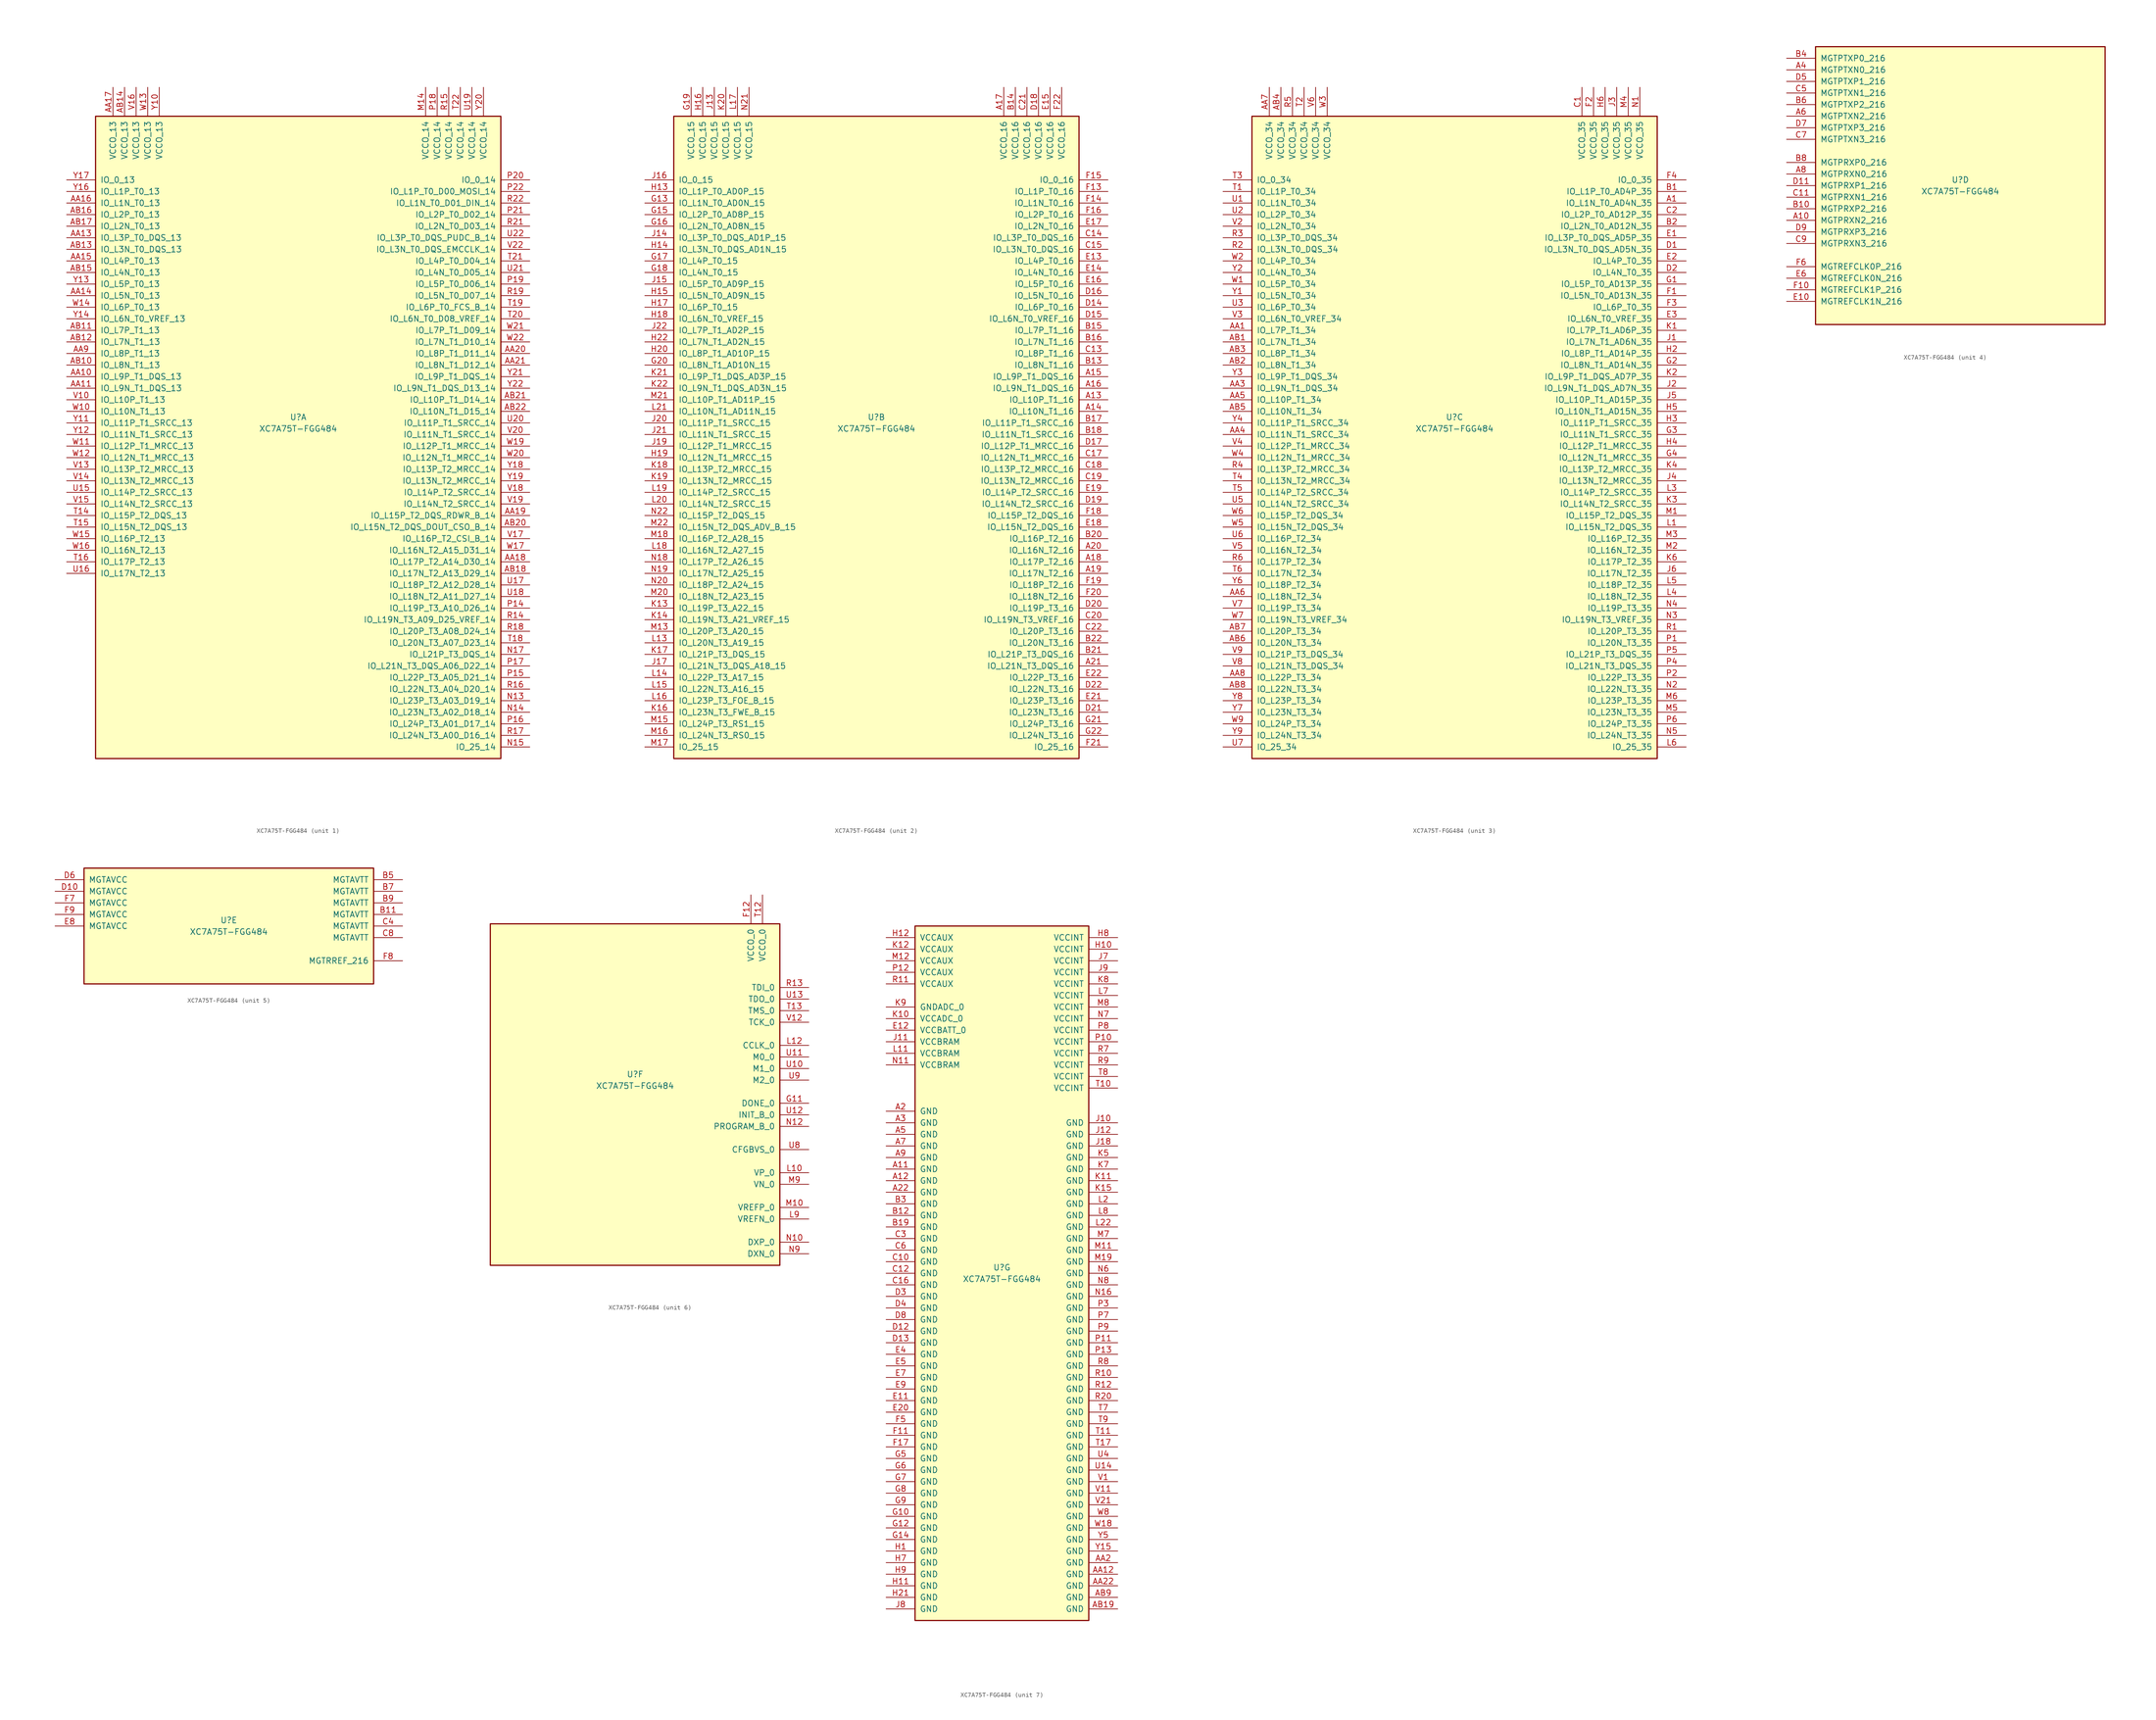
<source format=kicad_sym>
(kicad_symbol_lib
  (version 20201005)
  (generator kicad_symbol_editor)
  (symbol "XC7A75T-FGG484"
    (pin_names
      (offset 1.016))
    (property "Reference" "U"
      (at 0 1.27 0)
      (effects (font (size 1.27 1.27))))
    (property "Value" "XC7A75T-FGG484"
      (at 0 -1.27 0)
      (effects (font (size 1.27 1.27))))
    (property "Datasheet" ""
      (at 0 0 0)
      (effects (font (size 1.27 1.27))))
    (property "ki_locked" ""
      (at 0 0 0)
      (effects (font (size 1.27 1.27))))
    (symbol "XC7A75T-FGG484_1_1"
      (rectangle (start -44.45 67.31) (end 44.45 -73.66) (stroke (width 0.254)) (fill (type background)))
      (pin power_in line (at -40.64 73.66 270) (length 6.35) (name "VCCO_13" (effects (font (size 1.27 1.27)))) (number "AA17" (effects (font (size 1.27 1.27)))))
      (pin power_in line (at -38.1 73.66 270) (length 6.35) (name "VCCO_13" (effects (font (size 1.27 1.27)))) (number "AB14" (effects (font (size 1.27 1.27)))))
      (pin power_in line (at -35.56 73.66 270) (length 6.35) (name "VCCO_13" (effects (font (size 1.27 1.27)))) (number "V16" (effects (font (size 1.27 1.27)))))
      (pin power_in line (at -33.02 73.66 270) (length 6.35) (name "VCCO_13" (effects (font (size 1.27 1.27)))) (number "W13" (effects (font (size 1.27 1.27)))))
      (pin power_in line (at -30.48 73.66 270) (length 6.35) (name "VCCO_13" (effects (font (size 1.27 1.27)))) (number "Y10" (effects (font (size 1.27 1.27)))))
      (pin bidirectional line (at -50.8 53.34 0) (length 6.35) (name "IO_0_13" (effects (font (size 1.27 1.27)))) (number "Y17" (effects (font (size 1.27 1.27)))))
      (pin bidirectional line (at -50.8 50.8 0) (length 6.35) (name "IO_L1P_T0_13" (effects (font (size 1.27 1.27)))) (number "Y16" (effects (font (size 1.27 1.27)))))
      (pin bidirectional line (at -50.8 48.26 0) (length 6.35) (name "IO_L1N_T0_13" (effects (font (size 1.27 1.27)))) (number "AA16" (effects (font (size 1.27 1.27)))))
      (pin bidirectional line (at -50.8 45.72 0) (length 6.35) (name "IO_L2P_T0_13" (effects (font (size 1.27 1.27)))) (number "AB16" (effects (font (size 1.27 1.27)))))
      (pin bidirectional line (at -50.8 43.18 0) (length 6.35) (name "IO_L2N_T0_13" (effects (font (size 1.27 1.27)))) (number "AB17" (effects (font (size 1.27 1.27)))))
      (pin bidirectional line (at -50.8 40.64 0) (length 6.35) (name "IO_L3P_T0_DQS_13" (effects (font (size 1.27 1.27)))) (number "AA13" (effects (font (size 1.27 1.27)))))
      (pin bidirectional line (at -50.8 38.1 0) (length 6.35) (name "IO_L3N_T0_DQS_13" (effects (font (size 1.27 1.27)))) (number "AB13" (effects (font (size 1.27 1.27)))))
      (pin bidirectional line (at -50.8 35.56 0) (length 6.35) (name "IO_L4P_T0_13" (effects (font (size 1.27 1.27)))) (number "AA15" (effects (font (size 1.27 1.27)))))
      (pin bidirectional line (at -50.8 33.02 0) (length 6.35) (name "IO_L4N_T0_13" (effects (font (size 1.27 1.27)))) (number "AB15" (effects (font (size 1.27 1.27)))))
      (pin bidirectional line (at -50.8 30.48 0) (length 6.35) (name "IO_L5P_T0_13" (effects (font (size 1.27 1.27)))) (number "Y13" (effects (font (size 1.27 1.27)))))
      (pin bidirectional line (at -50.8 27.94 0) (length 6.35) (name "IO_L5N_T0_13" (effects (font (size 1.27 1.27)))) (number "AA14" (effects (font (size 1.27 1.27)))))
      (pin bidirectional line (at -50.8 25.4 0) (length 6.35) (name "IO_L6P_T0_13" (effects (font (size 1.27 1.27)))) (number "W14" (effects (font (size 1.27 1.27)))))
      (pin bidirectional line (at -50.8 22.86 0) (length 6.35) (name "IO_L6N_T0_VREF_13" (effects (font (size 1.27 1.27)))) (number "Y14" (effects (font (size 1.27 1.27)))))
      (pin bidirectional line (at -50.8 20.32 0) (length 6.35) (name "IO_L7P_T1_13" (effects (font (size 1.27 1.27)))) (number "AB11" (effects (font (size 1.27 1.27)))))
      (pin bidirectional line (at -50.8 17.78 0) (length 6.35) (name "IO_L7N_T1_13" (effects (font (size 1.27 1.27)))) (number "AB12" (effects (font (size 1.27 1.27)))))
      (pin bidirectional line (at -50.8 15.24 0) (length 6.35) (name "IO_L8P_T1_13" (effects (font (size 1.27 1.27)))) (number "AA9" (effects (font (size 1.27 1.27)))))
      (pin bidirectional line (at -50.8 12.7 0) (length 6.35) (name "IO_L8N_T1_13" (effects (font (size 1.27 1.27)))) (number "AB10" (effects (font (size 1.27 1.27)))))
      (pin bidirectional line (at -50.8 10.16 0) (length 6.35) (name "IO_L9P_T1_DQS_13" (effects (font (size 1.27 1.27)))) (number "AA10" (effects (font (size 1.27 1.27)))))
      (pin bidirectional line (at -50.8 7.62 0) (length 6.35) (name "IO_L9N_T1_DQS_13" (effects (font (size 1.27 1.27)))) (number "AA11" (effects (font (size 1.27 1.27)))))
      (pin bidirectional line (at -50.8 5.08 0) (length 6.35) (name "IO_L10P_T1_13" (effects (font (size 1.27 1.27)))) (number "V10" (effects (font (size 1.27 1.27)))))
      (pin bidirectional line (at -50.8 2.54 0) (length 6.35) (name "IO_L10N_T1_13" (effects (font (size 1.27 1.27)))) (number "W10" (effects (font (size 1.27 1.27)))))
      (pin bidirectional line (at -50.8 0 0) (length 6.35) (name "IO_L11P_T1_SRCC_13" (effects (font (size 1.27 1.27)))) (number "Y11" (effects (font (size 1.27 1.27)))))
      (pin bidirectional line (at -50.8 -2.54 0) (length 6.35) (name "IO_L11N_T1_SRCC_13" (effects (font (size 1.27 1.27)))) (number "Y12" (effects (font (size 1.27 1.27)))))
      (pin bidirectional line (at -50.8 -5.08 0) (length 6.35) (name "IO_L12P_T1_MRCC_13" (effects (font (size 1.27 1.27)))) (number "W11" (effects (font (size 1.27 1.27)))))
      (pin bidirectional line (at -50.8 -7.62 0) (length 6.35) (name "IO_L12N_T1_MRCC_13" (effects (font (size 1.27 1.27)))) (number "W12" (effects (font (size 1.27 1.27)))))
      (pin bidirectional line (at -50.8 -10.16 0) (length 6.35) (name "IO_L13P_T2_MRCC_13" (effects (font (size 1.27 1.27)))) (number "V13" (effects (font (size 1.27 1.27)))))
      (pin bidirectional line (at -50.8 -12.7 0) (length 6.35) (name "IO_L13N_T2_MRCC_13" (effects (font (size 1.27 1.27)))) (number "V14" (effects (font (size 1.27 1.27)))))
      (pin bidirectional line (at -50.8 -15.24 0) (length 6.35) (name "IO_L14P_T2_SRCC_13" (effects (font (size 1.27 1.27)))) (number "U15" (effects (font (size 1.27 1.27)))))
      (pin bidirectional line (at -50.8 -17.78 0) (length 6.35) (name "IO_L14N_T2_SRCC_13" (effects (font (size 1.27 1.27)))) (number "V15" (effects (font (size 1.27 1.27)))))
      (pin bidirectional line (at -50.8 -20.32 0) (length 6.35) (name "IO_L15P_T2_DQS_13" (effects (font (size 1.27 1.27)))) (number "T14" (effects (font (size 1.27 1.27)))))
      (pin bidirectional line (at -50.8 -22.86 0) (length 6.35) (name "IO_L15N_T2_DQS_13" (effects (font (size 1.27 1.27)))) (number "T15" (effects (font (size 1.27 1.27)))))
      (pin bidirectional line (at -50.8 -25.4 0) (length 6.35) (name "IO_L16P_T2_13" (effects (font (size 1.27 1.27)))) (number "W15" (effects (font (size 1.27 1.27)))))
      (pin bidirectional line (at -50.8 -27.94 0) (length 6.35) (name "IO_L16N_T2_13" (effects (font (size 1.27 1.27)))) (number "W16" (effects (font (size 1.27 1.27)))))
      (pin bidirectional line (at -50.8 -30.48 0) (length 6.35) (name "IO_L17P_T2_13" (effects (font (size 1.27 1.27)))) (number "T16" (effects (font (size 1.27 1.27)))))
      (pin bidirectional line (at -50.8 -33.02 0) (length 6.35) (name "IO_L17N_T2_13" (effects (font (size 1.27 1.27)))) (number "U16" (effects (font (size 1.27 1.27)))))
      (pin power_in line (at 27.94 73.66 270) (length 6.35) (name "VCCO_14" (effects (font (size 1.27 1.27)))) (number "M14" (effects (font (size 1.27 1.27)))))
      (pin power_in line (at 30.48 73.66 270) (length 6.35) (name "VCCO_14" (effects (font (size 1.27 1.27)))) (number "P18" (effects (font (size 1.27 1.27)))))
      (pin power_in line (at 33.02 73.66 270) (length 6.35) (name "VCCO_14" (effects (font (size 1.27 1.27)))) (number "R15" (effects (font (size 1.27 1.27)))))
      (pin power_in line (at 35.56 73.66 270) (length 6.35) (name "VCCO_14" (effects (font (size 1.27 1.27)))) (number "T22" (effects (font (size 1.27 1.27)))))
      (pin power_in line (at 38.1 73.66 270) (length 6.35) (name "VCCO_14" (effects (font (size 1.27 1.27)))) (number "U19" (effects (font (size 1.27 1.27)))))
      (pin power_in line (at 40.64 73.66 270) (length 6.35) (name "VCCO_14" (effects (font (size 1.27 1.27)))) (number "Y20" (effects (font (size 1.27 1.27)))))
      (pin bidirectional line (at 50.8 53.34 180) (length 6.35) (name "IO_0_14" (effects (font (size 1.27 1.27)))) (number "P20" (effects (font (size 1.27 1.27)))))
      (pin bidirectional line (at 50.8 50.8 180) (length 6.35) (name "IO_L1P_T0_D00_MOSI_14" (effects (font (size 1.27 1.27)))) (number "P22" (effects (font (size 1.27 1.27)))))
      (pin bidirectional line (at 50.8 48.26 180) (length 6.35) (name "IO_L1N_T0_D01_DIN_14" (effects (font (size 1.27 1.27)))) (number "R22" (effects (font (size 1.27 1.27)))))
      (pin bidirectional line (at 50.8 45.72 180) (length 6.35) (name "IO_L2P_T0_D02_14" (effects (font (size 1.27 1.27)))) (number "P21" (effects (font (size 1.27 1.27)))))
      (pin bidirectional line (at 50.8 43.18 180) (length 6.35) (name "IO_L2N_T0_D03_14" (effects (font (size 1.27 1.27)))) (number "R21" (effects (font (size 1.27 1.27)))))
      (pin bidirectional line (at 50.8 40.64 180) (length 6.35) (name "IO_L3P_T0_DQS_PUDC_B_14" (effects (font (size 1.27 1.27)))) (number "U22" (effects (font (size 1.27 1.27)))))
      (pin bidirectional line (at 50.8 38.1 180) (length 6.35) (name "IO_L3N_T0_DQS_EMCCLK_14" (effects (font (size 1.27 1.27)))) (number "V22" (effects (font (size 1.27 1.27)))))
      (pin bidirectional line (at 50.8 35.56 180) (length 6.35) (name "IO_L4P_T0_D04_14" (effects (font (size 1.27 1.27)))) (number "T21" (effects (font (size 1.27 1.27)))))
      (pin bidirectional line (at 50.8 33.02 180) (length 6.35) (name "IO_L4N_T0_D05_14" (effects (font (size 1.27 1.27)))) (number "U21" (effects (font (size 1.27 1.27)))))
      (pin bidirectional line (at 50.8 30.48 180) (length 6.35) (name "IO_L5P_T0_D06_14" (effects (font (size 1.27 1.27)))) (number "P19" (effects (font (size 1.27 1.27)))))
      (pin bidirectional line (at 50.8 27.94 180) (length 6.35) (name "IO_L5N_T0_D07_14" (effects (font (size 1.27 1.27)))) (number "R19" (effects (font (size 1.27 1.27)))))
      (pin bidirectional line (at 50.8 25.4 180) (length 6.35) (name "IO_L6P_T0_FCS_B_14" (effects (font (size 1.27 1.27)))) (number "T19" (effects (font (size 1.27 1.27)))))
      (pin bidirectional line (at 50.8 22.86 180) (length 6.35) (name "IO_L6N_T0_D08_VREF_14" (effects (font (size 1.27 1.27)))) (number "T20" (effects (font (size 1.27 1.27)))))
      (pin bidirectional line (at 50.8 20.32 180) (length 6.35) (name "IO_L7P_T1_D09_14" (effects (font (size 1.27 1.27)))) (number "W21" (effects (font (size 1.27 1.27)))))
      (pin bidirectional line (at 50.8 17.78 180) (length 6.35) (name "IO_L7N_T1_D10_14" (effects (font (size 1.27 1.27)))) (number "W22" (effects (font (size 1.27 1.27)))))
      (pin bidirectional line (at 50.8 15.24 180) (length 6.35) (name "IO_L8P_T1_D11_14" (effects (font (size 1.27 1.27)))) (number "AA20" (effects (font (size 1.27 1.27)))))
      (pin bidirectional line (at 50.8 12.7 180) (length 6.35) (name "IO_L8N_T1_D12_14" (effects (font (size 1.27 1.27)))) (number "AA21" (effects (font (size 1.27 1.27)))))
      (pin bidirectional line (at 50.8 10.16 180) (length 6.35) (name "IO_L9P_T1_DQS_14" (effects (font (size 1.27 1.27)))) (number "Y21" (effects (font (size 1.27 1.27)))))
      (pin bidirectional line (at 50.8 7.62 180) (length 6.35) (name "IO_L9N_T1_DQS_D13_14" (effects (font (size 1.27 1.27)))) (number "Y22" (effects (font (size 1.27 1.27)))))
      (pin bidirectional line (at 50.8 5.08 180) (length 6.35) (name "IO_L10P_T1_D14_14" (effects (font (size 1.27 1.27)))) (number "AB21" (effects (font (size 1.27 1.27)))))
      (pin bidirectional line (at 50.8 2.54 180) (length 6.35) (name "IO_L10N_T1_D15_14" (effects (font (size 1.27 1.27)))) (number "AB22" (effects (font (size 1.27 1.27)))))
      (pin bidirectional line (at 50.8 0 180) (length 6.35) (name "IO_L11P_T1_SRCC_14" (effects (font (size 1.27 1.27)))) (number "U20" (effects (font (size 1.27 1.27)))))
      (pin bidirectional line (at 50.8 -2.54 180) (length 6.35) (name "IO_L11N_T1_SRCC_14" (effects (font (size 1.27 1.27)))) (number "V20" (effects (font (size 1.27 1.27)))))
      (pin bidirectional line (at 50.8 -5.08 180) (length 6.35) (name "IO_L12P_T1_MRCC_14" (effects (font (size 1.27 1.27)))) (number "W19" (effects (font (size 1.27 1.27)))))
      (pin bidirectional line (at 50.8 -7.62 180) (length 6.35) (name "IO_L12N_T1_MRCC_14" (effects (font (size 1.27 1.27)))) (number "W20" (effects (font (size 1.27 1.27)))))
      (pin bidirectional line (at 50.8 -10.16 180) (length 6.35) (name "IO_L13P_T2_MRCC_14" (effects (font (size 1.27 1.27)))) (number "Y18" (effects (font (size 1.27 1.27)))))
      (pin bidirectional line (at 50.8 -12.7 180) (length 6.35) (name "IO_L13N_T2_MRCC_14" (effects (font (size 1.27 1.27)))) (number "Y19" (effects (font (size 1.27 1.27)))))
      (pin bidirectional line (at 50.8 -15.24 180) (length 6.35) (name "IO_L14P_T2_SRCC_14" (effects (font (size 1.27 1.27)))) (number "V18" (effects (font (size 1.27 1.27)))))
      (pin bidirectional line (at 50.8 -17.78 180) (length 6.35) (name "IO_L14N_T2_SRCC_14" (effects (font (size 1.27 1.27)))) (number "V19" (effects (font (size 1.27 1.27)))))
      (pin bidirectional line (at 50.8 -20.32 180) (length 6.35) (name "IO_L15P_T2_DQS_RDWR_B_14" (effects (font (size 1.27 1.27)))) (number "AA19" (effects (font (size 1.27 1.27)))))
      (pin bidirectional line (at 50.8 -22.86 180) (length 6.35) (name "IO_L15N_T2_DQS_DOUT_CSO_B_14" (effects (font (size 1.27 1.27)))) (number "AB20" (effects (font (size 1.27 1.27)))))
      (pin bidirectional line (at 50.8 -25.4 180) (length 6.35) (name "IO_L16P_T2_CSI_B_14" (effects (font (size 1.27 1.27)))) (number "V17" (effects (font (size 1.27 1.27)))))
      (pin bidirectional line (at 50.8 -27.94 180) (length 6.35) (name "IO_L16N_T2_A15_D31_14" (effects (font (size 1.27 1.27)))) (number "W17" (effects (font (size 1.27 1.27)))))
      (pin bidirectional line (at 50.8 -30.48 180) (length 6.35) (name "IO_L17P_T2_A14_D30_14" (effects (font (size 1.27 1.27)))) (number "AA18" (effects (font (size 1.27 1.27)))))
      (pin bidirectional line (at 50.8 -33.02 180) (length 6.35) (name "IO_L17N_T2_A13_D29_14" (effects (font (size 1.27 1.27)))) (number "AB18" (effects (font (size 1.27 1.27)))))
      (pin bidirectional line (at 50.8 -35.56 180) (length 6.35) (name "IO_L18P_T2_A12_D28_14" (effects (font (size 1.27 1.27)))) (number "U17" (effects (font (size 1.27 1.27)))))
      (pin bidirectional line (at 50.8 -38.1 180) (length 6.35) (name "IO_L18N_T2_A11_D27_14" (effects (font (size 1.27 1.27)))) (number "U18" (effects (font (size 1.27 1.27)))))
      (pin bidirectional line (at 50.8 -40.64 180) (length 6.35) (name "IO_L19P_T3_A10_D26_14" (effects (font (size 1.27 1.27)))) (number "P14" (effects (font (size 1.27 1.27)))))
      (pin bidirectional line (at 50.8 -43.18 180) (length 6.35) (name "IO_L19N_T3_A09_D25_VREF_14" (effects (font (size 1.27 1.27)))) (number "R14" (effects (font (size 1.27 1.27)))))
      (pin bidirectional line (at 50.8 -45.72 180) (length 6.35) (name "IO_L20P_T3_A08_D24_14" (effects (font (size 1.27 1.27)))) (number "R18" (effects (font (size 1.27 1.27)))))
      (pin bidirectional line (at 50.8 -48.26 180) (length 6.35) (name "IO_L20N_T3_A07_D23_14" (effects (font (size 1.27 1.27)))) (number "T18" (effects (font (size 1.27 1.27)))))
      (pin bidirectional line (at 50.8 -50.8 180) (length 6.35) (name "IO_L21P_T3_DQS_14" (effects (font (size 1.27 1.27)))) (number "N17" (effects (font (size 1.27 1.27)))))
      (pin bidirectional line (at 50.8 -53.34 180) (length 6.35) (name "IO_L21N_T3_DQS_A06_D22_14" (effects (font (size 1.27 1.27)))) (number "P17" (effects (font (size 1.27 1.27)))))
      (pin bidirectional line (at 50.8 -55.88 180) (length 6.35) (name "IO_L22P_T3_A05_D21_14" (effects (font (size 1.27 1.27)))) (number "P15" (effects (font (size 1.27 1.27)))))
      (pin bidirectional line (at 50.8 -58.42 180) (length 6.35) (name "IO_L22N_T3_A04_D20_14" (effects (font (size 1.27 1.27)))) (number "R16" (effects (font (size 1.27 1.27)))))
      (pin bidirectional line (at 50.8 -60.96 180) (length 6.35) (name "IO_L23P_T3_A03_D19_14" (effects (font (size 1.27 1.27)))) (number "N13" (effects (font (size 1.27 1.27)))))
      (pin bidirectional line (at 50.8 -63.5 180) (length 6.35) (name "IO_L23N_T3_A02_D18_14" (effects (font (size 1.27 1.27)))) (number "N14" (effects (font (size 1.27 1.27)))))
      (pin bidirectional line (at 50.8 -66.04 180) (length 6.35) (name "IO_L24P_T3_A01_D17_14" (effects (font (size 1.27 1.27)))) (number "P16" (effects (font (size 1.27 1.27)))))
      (pin bidirectional line (at 50.8 -68.58 180) (length 6.35) (name "IO_L24N_T3_A00_D16_14" (effects (font (size 1.27 1.27)))) (number "R17" (effects (font (size 1.27 1.27)))))
      (pin bidirectional line (at 50.8 -71.12 180) (length 6.35) (name "IO_25_14" (effects (font (size 1.27 1.27)))) (number "N15" (effects (font (size 1.27 1.27))))))
    (symbol "XC7A75T-FGG484_2_1"
      (rectangle (start -44.45 67.31) (end 44.45 -73.66) (stroke (width 0.254)) (fill (type background)))
      (pin power_in line (at -40.64 73.66 270) (length 6.35) (name "VCCO_15" (effects (font (size 1.27 1.27)))) (number "G19" (effects (font (size 1.27 1.27)))))
      (pin power_in line (at -38.1 73.66 270) (length 6.35) (name "VCCO_15" (effects (font (size 1.27 1.27)))) (number "H16" (effects (font (size 1.27 1.27)))))
      (pin power_in line (at -35.56 73.66 270) (length 6.35) (name "VCCO_15" (effects (font (size 1.27 1.27)))) (number "J13" (effects (font (size 1.27 1.27)))))
      (pin power_in line (at -33.02 73.66 270) (length 6.35) (name "VCCO_15" (effects (font (size 1.27 1.27)))) (number "K20" (effects (font (size 1.27 1.27)))))
      (pin power_in line (at -30.48 73.66 270) (length 6.35) (name "VCCO_15" (effects (font (size 1.27 1.27)))) (number "L17" (effects (font (size 1.27 1.27)))))
      (pin power_in line (at -27.94 73.66 270) (length 6.35) (name "VCCO_15" (effects (font (size 1.27 1.27)))) (number "N21" (effects (font (size 1.27 1.27)))))
      (pin bidirectional line (at -50.8 53.34 0) (length 6.35) (name "IO_0_15" (effects (font (size 1.27 1.27)))) (number "J16" (effects (font (size 1.27 1.27)))))
      (pin bidirectional line (at -50.8 50.8 0) (length 6.35) (name "IO_L1P_T0_AD0P_15" (effects (font (size 1.27 1.27)))) (number "H13" (effects (font (size 1.27 1.27)))))
      (pin bidirectional line (at -50.8 48.26 0) (length 6.35) (name "IO_L1N_T0_AD0N_15" (effects (font (size 1.27 1.27)))) (number "G13" (effects (font (size 1.27 1.27)))))
      (pin bidirectional line (at -50.8 45.72 0) (length 6.35) (name "IO_L2P_T0_AD8P_15" (effects (font (size 1.27 1.27)))) (number "G15" (effects (font (size 1.27 1.27)))))
      (pin bidirectional line (at -50.8 43.18 0) (length 6.35) (name "IO_L2N_T0_AD8N_15" (effects (font (size 1.27 1.27)))) (number "G16" (effects (font (size 1.27 1.27)))))
      (pin bidirectional line (at -50.8 40.64 0) (length 6.35) (name "IO_L3P_T0_DQS_AD1P_15" (effects (font (size 1.27 1.27)))) (number "J14" (effects (font (size 1.27 1.27)))))
      (pin bidirectional line (at -50.8 38.1 0) (length 6.35) (name "IO_L3N_T0_DQS_AD1N_15" (effects (font (size 1.27 1.27)))) (number "H14" (effects (font (size 1.27 1.27)))))
      (pin bidirectional line (at -50.8 35.56 0) (length 6.35) (name "IO_L4P_T0_15" (effects (font (size 1.27 1.27)))) (number "G17" (effects (font (size 1.27 1.27)))))
      (pin bidirectional line (at -50.8 33.02 0) (length 6.35) (name "IO_L4N_T0_15" (effects (font (size 1.27 1.27)))) (number "G18" (effects (font (size 1.27 1.27)))))
      (pin bidirectional line (at -50.8 30.48 0) (length 6.35) (name "IO_L5P_T0_AD9P_15" (effects (font (size 1.27 1.27)))) (number "J15" (effects (font (size 1.27 1.27)))))
      (pin bidirectional line (at -50.8 27.94 0) (length 6.35) (name "IO_L5N_T0_AD9N_15" (effects (font (size 1.27 1.27)))) (number "H15" (effects (font (size 1.27 1.27)))))
      (pin bidirectional line (at -50.8 25.4 0) (length 6.35) (name "IO_L6P_T0_15" (effects (font (size 1.27 1.27)))) (number "H17" (effects (font (size 1.27 1.27)))))
      (pin bidirectional line (at -50.8 22.86 0) (length 6.35) (name "IO_L6N_T0_VREF_15" (effects (font (size 1.27 1.27)))) (number "H18" (effects (font (size 1.27 1.27)))))
      (pin bidirectional line (at -50.8 20.32 0) (length 6.35) (name "IO_L7P_T1_AD2P_15" (effects (font (size 1.27 1.27)))) (number "J22" (effects (font (size 1.27 1.27)))))
      (pin bidirectional line (at -50.8 17.78 0) (length 6.35) (name "IO_L7N_T1_AD2N_15" (effects (font (size 1.27 1.27)))) (number "H22" (effects (font (size 1.27 1.27)))))
      (pin bidirectional line (at -50.8 15.24 0) (length 6.35) (name "IO_L8P_T1_AD10P_15" (effects (font (size 1.27 1.27)))) (number "H20" (effects (font (size 1.27 1.27)))))
      (pin bidirectional line (at -50.8 12.7 0) (length 6.35) (name "IO_L8N_T1_AD10N_15" (effects (font (size 1.27 1.27)))) (number "G20" (effects (font (size 1.27 1.27)))))
      (pin bidirectional line (at -50.8 10.16 0) (length 6.35) (name "IO_L9P_T1_DQS_AD3P_15" (effects (font (size 1.27 1.27)))) (number "K21" (effects (font (size 1.27 1.27)))))
      (pin bidirectional line (at -50.8 7.62 0) (length 6.35) (name "IO_L9N_T1_DQS_AD3N_15" (effects (font (size 1.27 1.27)))) (number "K22" (effects (font (size 1.27 1.27)))))
      (pin bidirectional line (at -50.8 5.08 0) (length 6.35) (name "IO_L10P_T1_AD11P_15" (effects (font (size 1.27 1.27)))) (number "M21" (effects (font (size 1.27 1.27)))))
      (pin bidirectional line (at -50.8 2.54 0) (length 6.35) (name "IO_L10N_T1_AD11N_15" (effects (font (size 1.27 1.27)))) (number "L21" (effects (font (size 1.27 1.27)))))
      (pin bidirectional line (at -50.8 0 0) (length 6.35) (name "IO_L11P_T1_SRCC_15" (effects (font (size 1.27 1.27)))) (number "J20" (effects (font (size 1.27 1.27)))))
      (pin bidirectional line (at -50.8 -2.54 0) (length 6.35) (name "IO_L11N_T1_SRCC_15" (effects (font (size 1.27 1.27)))) (number "J21" (effects (font (size 1.27 1.27)))))
      (pin bidirectional line (at -50.8 -5.08 0) (length 6.35) (name "IO_L12P_T1_MRCC_15" (effects (font (size 1.27 1.27)))) (number "J19" (effects (font (size 1.27 1.27)))))
      (pin bidirectional line (at -50.8 -7.62 0) (length 6.35) (name "IO_L12N_T1_MRCC_15" (effects (font (size 1.27 1.27)))) (number "H19" (effects (font (size 1.27 1.27)))))
      (pin bidirectional line (at -50.8 -10.16 0) (length 6.35) (name "IO_L13P_T2_MRCC_15" (effects (font (size 1.27 1.27)))) (number "K18" (effects (font (size 1.27 1.27)))))
      (pin bidirectional line (at -50.8 -12.7 0) (length 6.35) (name "IO_L13N_T2_MRCC_15" (effects (font (size 1.27 1.27)))) (number "K19" (effects (font (size 1.27 1.27)))))
      (pin bidirectional line (at -50.8 -15.24 0) (length 6.35) (name "IO_L14P_T2_SRCC_15" (effects (font (size 1.27 1.27)))) (number "L19" (effects (font (size 1.27 1.27)))))
      (pin bidirectional line (at -50.8 -17.78 0) (length 6.35) (name "IO_L14N_T2_SRCC_15" (effects (font (size 1.27 1.27)))) (number "L20" (effects (font (size 1.27 1.27)))))
      (pin bidirectional line (at -50.8 -20.32 0) (length 6.35) (name "IO_L15P_T2_DQS_15" (effects (font (size 1.27 1.27)))) (number "N22" (effects (font (size 1.27 1.27)))))
      (pin bidirectional line (at -50.8 -22.86 0) (length 6.35) (name "IO_L15N_T2_DQS_ADV_B_15" (effects (font (size 1.27 1.27)))) (number "M22" (effects (font (size 1.27 1.27)))))
      (pin bidirectional line (at -50.8 -25.4 0) (length 6.35) (name "IO_L16P_T2_A28_15" (effects (font (size 1.27 1.27)))) (number "M18" (effects (font (size 1.27 1.27)))))
      (pin bidirectional line (at -50.8 -27.94 0) (length 6.35) (name "IO_L16N_T2_A27_15" (effects (font (size 1.27 1.27)))) (number "L18" (effects (font (size 1.27 1.27)))))
      (pin bidirectional line (at -50.8 -30.48 0) (length 6.35) (name "IO_L17P_T2_A26_15" (effects (font (size 1.27 1.27)))) (number "N18" (effects (font (size 1.27 1.27)))))
      (pin bidirectional line (at -50.8 -33.02 0) (length 6.35) (name "IO_L17N_T2_A25_15" (effects (font (size 1.27 1.27)))) (number "N19" (effects (font (size 1.27 1.27)))))
      (pin bidirectional line (at -50.8 -35.56 0) (length 6.35) (name "IO_L18P_T2_A24_15" (effects (font (size 1.27 1.27)))) (number "N20" (effects (font (size 1.27 1.27)))))
      (pin bidirectional line (at -50.8 -38.1 0) (length 6.35) (name "IO_L18N_T2_A23_15" (effects (font (size 1.27 1.27)))) (number "M20" (effects (font (size 1.27 1.27)))))
      (pin bidirectional line (at -50.8 -40.64 0) (length 6.35) (name "IO_L19P_T3_A22_15" (effects (font (size 1.27 1.27)))) (number "K13" (effects (font (size 1.27 1.27)))))
      (pin bidirectional line (at -50.8 -43.18 0) (length 6.35) (name "IO_L19N_T3_A21_VREF_15" (effects (font (size 1.27 1.27)))) (number "K14" (effects (font (size 1.27 1.27)))))
      (pin bidirectional line (at -50.8 -45.72 0) (length 6.35) (name "IO_L20P_T3_A20_15" (effects (font (size 1.27 1.27)))) (number "M13" (effects (font (size 1.27 1.27)))))
      (pin bidirectional line (at -50.8 -48.26 0) (length 6.35) (name "IO_L20N_T3_A19_15" (effects (font (size 1.27 1.27)))) (number "L13" (effects (font (size 1.27 1.27)))))
      (pin bidirectional line (at -50.8 -50.8 0) (length 6.35) (name "IO_L21P_T3_DQS_15" (effects (font (size 1.27 1.27)))) (number "K17" (effects (font (size 1.27 1.27)))))
      (pin bidirectional line (at -50.8 -53.34 0) (length 6.35) (name "IO_L21N_T3_DQS_A18_15" (effects (font (size 1.27 1.27)))) (number "J17" (effects (font (size 1.27 1.27)))))
      (pin bidirectional line (at -50.8 -55.88 0) (length 6.35) (name "IO_L22P_T3_A17_15" (effects (font (size 1.27 1.27)))) (number "L14" (effects (font (size 1.27 1.27)))))
      (pin bidirectional line (at -50.8 -58.42 0) (length 6.35) (name "IO_L22N_T3_A16_15" (effects (font (size 1.27 1.27)))) (number "L15" (effects (font (size 1.27 1.27)))))
      (pin bidirectional line (at -50.8 -60.96 0) (length 6.35) (name "IO_L23P_T3_FOE_B_15" (effects (font (size 1.27 1.27)))) (number "L16" (effects (font (size 1.27 1.27)))))
      (pin bidirectional line (at -50.8 -63.5 0) (length 6.35) (name "IO_L23N_T3_FWE_B_15" (effects (font (size 1.27 1.27)))) (number "K16" (effects (font (size 1.27 1.27)))))
      (pin bidirectional line (at -50.8 -66.04 0) (length 6.35) (name "IO_L24P_T3_RS1_15" (effects (font (size 1.27 1.27)))) (number "M15" (effects (font (size 1.27 1.27)))))
      (pin bidirectional line (at -50.8 -68.58 0) (length 6.35) (name "IO_L24N_T3_RS0_15" (effects (font (size 1.27 1.27)))) (number "M16" (effects (font (size 1.27 1.27)))))
      (pin bidirectional line (at -50.8 -71.12 0) (length 6.35) (name "IO_25_15" (effects (font (size 1.27 1.27)))) (number "M17" (effects (font (size 1.27 1.27)))))
      (pin power_in line (at 27.94 73.66 270) (length 6.35) (name "VCCO_16" (effects (font (size 1.27 1.27)))) (number "A17" (effects (font (size 1.27 1.27)))))
      (pin power_in line (at 30.48 73.66 270) (length 6.35) (name "VCCO_16" (effects (font (size 1.27 1.27)))) (number "B14" (effects (font (size 1.27 1.27)))))
      (pin power_in line (at 33.02 73.66 270) (length 6.35) (name "VCCO_16" (effects (font (size 1.27 1.27)))) (number "C21" (effects (font (size 1.27 1.27)))))
      (pin power_in line (at 35.56 73.66 270) (length 6.35) (name "VCCO_16" (effects (font (size 1.27 1.27)))) (number "D18" (effects (font (size 1.27 1.27)))))
      (pin power_in line (at 38.1 73.66 270) (length 6.35) (name "VCCO_16" (effects (font (size 1.27 1.27)))) (number "E15" (effects (font (size 1.27 1.27)))))
      (pin power_in line (at 40.64 73.66 270) (length 6.35) (name "VCCO_16" (effects (font (size 1.27 1.27)))) (number "F22" (effects (font (size 1.27 1.27)))))
      (pin bidirectional line (at 50.8 53.34 180) (length 6.35) (name "IO_0_16" (effects (font (size 1.27 1.27)))) (number "F15" (effects (font (size 1.27 1.27)))))
      (pin bidirectional line (at 50.8 50.8 180) (length 6.35) (name "IO_L1P_T0_16" (effects (font (size 1.27 1.27)))) (number "F13" (effects (font (size 1.27 1.27)))))
      (pin bidirectional line (at 50.8 48.26 180) (length 6.35) (name "IO_L1N_T0_16" (effects (font (size 1.27 1.27)))) (number "F14" (effects (font (size 1.27 1.27)))))
      (pin bidirectional line (at 50.8 45.72 180) (length 6.35) (name "IO_L2P_T0_16" (effects (font (size 1.27 1.27)))) (number "F16" (effects (font (size 1.27 1.27)))))
      (pin bidirectional line (at 50.8 43.18 180) (length 6.35) (name "IO_L2N_T0_16" (effects (font (size 1.27 1.27)))) (number "E17" (effects (font (size 1.27 1.27)))))
      (pin bidirectional line (at 50.8 40.64 180) (length 6.35) (name "IO_L3P_T0_DQS_16" (effects (font (size 1.27 1.27)))) (number "C14" (effects (font (size 1.27 1.27)))))
      (pin bidirectional line (at 50.8 38.1 180) (length 6.35) (name "IO_L3N_T0_DQS_16" (effects (font (size 1.27 1.27)))) (number "C15" (effects (font (size 1.27 1.27)))))
      (pin bidirectional line (at 50.8 35.56 180) (length 6.35) (name "IO_L4P_T0_16" (effects (font (size 1.27 1.27)))) (number "E13" (effects (font (size 1.27 1.27)))))
      (pin bidirectional line (at 50.8 33.02 180) (length 6.35) (name "IO_L4N_T0_16" (effects (font (size 1.27 1.27)))) (number "E14" (effects (font (size 1.27 1.27)))))
      (pin bidirectional line (at 50.8 30.48 180) (length 6.35) (name "IO_L5P_T0_16" (effects (font (size 1.27 1.27)))) (number "E16" (effects (font (size 1.27 1.27)))))
      (pin bidirectional line (at 50.8 27.94 180) (length 6.35) (name "IO_L5N_T0_16" (effects (font (size 1.27 1.27)))) (number "D16" (effects (font (size 1.27 1.27)))))
      (pin bidirectional line (at 50.8 25.4 180) (length 6.35) (name "IO_L6P_T0_16" (effects (font (size 1.27 1.27)))) (number "D14" (effects (font (size 1.27 1.27)))))
      (pin bidirectional line (at 50.8 22.86 180) (length 6.35) (name "IO_L6N_T0_VREF_16" (effects (font (size 1.27 1.27)))) (number "D15" (effects (font (size 1.27 1.27)))))
      (pin bidirectional line (at 50.8 20.32 180) (length 6.35) (name "IO_L7P_T1_16" (effects (font (size 1.27 1.27)))) (number "B15" (effects (font (size 1.27 1.27)))))
      (pin bidirectional line (at 50.8 17.78 180) (length 6.35) (name "IO_L7N_T1_16" (effects (font (size 1.27 1.27)))) (number "B16" (effects (font (size 1.27 1.27)))))
      (pin bidirectional line (at 50.8 15.24 180) (length 6.35) (name "IO_L8P_T1_16" (effects (font (size 1.27 1.27)))) (number "C13" (effects (font (size 1.27 1.27)))))
      (pin bidirectional line (at 50.8 12.7 180) (length 6.35) (name "IO_L8N_T1_16" (effects (font (size 1.27 1.27)))) (number "B13" (effects (font (size 1.27 1.27)))))
      (pin bidirectional line (at 50.8 10.16 180) (length 6.35) (name "IO_L9P_T1_DQS_16" (effects (font (size 1.27 1.27)))) (number "A15" (effects (font (size 1.27 1.27)))))
      (pin bidirectional line (at 50.8 7.62 180) (length 6.35) (name "IO_L9N_T1_DQS_16" (effects (font (size 1.27 1.27)))) (number "A16" (effects (font (size 1.27 1.27)))))
      (pin bidirectional line (at 50.8 5.08 180) (length 6.35) (name "IO_L10P_T1_16" (effects (font (size 1.27 1.27)))) (number "A13" (effects (font (size 1.27 1.27)))))
      (pin bidirectional line (at 50.8 2.54 180) (length 6.35) (name "IO_L10N_T1_16" (effects (font (size 1.27 1.27)))) (number "A14" (effects (font (size 1.27 1.27)))))
      (pin bidirectional line (at 50.8 0 180) (length 6.35) (name "IO_L11P_T1_SRCC_16" (effects (font (size 1.27 1.27)))) (number "B17" (effects (font (size 1.27 1.27)))))
      (pin bidirectional line (at 50.8 -2.54 180) (length 6.35) (name "IO_L11N_T1_SRCC_16" (effects (font (size 1.27 1.27)))) (number "B18" (effects (font (size 1.27 1.27)))))
      (pin bidirectional line (at 50.8 -5.08 180) (length 6.35) (name "IO_L12P_T1_MRCC_16" (effects (font (size 1.27 1.27)))) (number "D17" (effects (font (size 1.27 1.27)))))
      (pin bidirectional line (at 50.8 -7.62 180) (length 6.35) (name "IO_L12N_T1_MRCC_16" (effects (font (size 1.27 1.27)))) (number "C17" (effects (font (size 1.27 1.27)))))
      (pin bidirectional line (at 50.8 -10.16 180) (length 6.35) (name "IO_L13P_T2_MRCC_16" (effects (font (size 1.27 1.27)))) (number "C18" (effects (font (size 1.27 1.27)))))
      (pin bidirectional line (at 50.8 -12.7 180) (length 6.35) (name "IO_L13N_T2_MRCC_16" (effects (font (size 1.27 1.27)))) (number "C19" (effects (font (size 1.27 1.27)))))
      (pin bidirectional line (at 50.8 -15.24 180) (length 6.35) (name "IO_L14P_T2_SRCC_16" (effects (font (size 1.27 1.27)))) (number "E19" (effects (font (size 1.27 1.27)))))
      (pin bidirectional line (at 50.8 -17.78 180) (length 6.35) (name "IO_L14N_T2_SRCC_16" (effects (font (size 1.27 1.27)))) (number "D19" (effects (font (size 1.27 1.27)))))
      (pin bidirectional line (at 50.8 -20.32 180) (length 6.35) (name "IO_L15P_T2_DQS_16" (effects (font (size 1.27 1.27)))) (number "F18" (effects (font (size 1.27 1.27)))))
      (pin bidirectional line (at 50.8 -22.86 180) (length 6.35) (name "IO_L15N_T2_DQS_16" (effects (font (size 1.27 1.27)))) (number "E18" (effects (font (size 1.27 1.27)))))
      (pin bidirectional line (at 50.8 -25.4 180) (length 6.35) (name "IO_L16P_T2_16" (effects (font (size 1.27 1.27)))) (number "B20" (effects (font (size 1.27 1.27)))))
      (pin bidirectional line (at 50.8 -27.94 180) (length 6.35) (name "IO_L16N_T2_16" (effects (font (size 1.27 1.27)))) (number "A20" (effects (font (size 1.27 1.27)))))
      (pin bidirectional line (at 50.8 -30.48 180) (length 6.35) (name "IO_L17P_T2_16" (effects (font (size 1.27 1.27)))) (number "A18" (effects (font (size 1.27 1.27)))))
      (pin bidirectional line (at 50.8 -33.02 180) (length 6.35) (name "IO_L17N_T2_16" (effects (font (size 1.27 1.27)))) (number "A19" (effects (font (size 1.27 1.27)))))
      (pin bidirectional line (at 50.8 -35.56 180) (length 6.35) (name "IO_L18P_T2_16" (effects (font (size 1.27 1.27)))) (number "F19" (effects (font (size 1.27 1.27)))))
      (pin bidirectional line (at 50.8 -38.1 180) (length 6.35) (name "IO_L18N_T2_16" (effects (font (size 1.27 1.27)))) (number "F20" (effects (font (size 1.27 1.27)))))
      (pin bidirectional line (at 50.8 -40.64 180) (length 6.35) (name "IO_L19P_T3_16" (effects (font (size 1.27 1.27)))) (number "D20" (effects (font (size 1.27 1.27)))))
      (pin bidirectional line (at 50.8 -43.18 180) (length 6.35) (name "IO_L19N_T3_VREF_16" (effects (font (size 1.27 1.27)))) (number "C20" (effects (font (size 1.27 1.27)))))
      (pin bidirectional line (at 50.8 -45.72 180) (length 6.35) (name "IO_L20P_T3_16" (effects (font (size 1.27 1.27)))) (number "C22" (effects (font (size 1.27 1.27)))))
      (pin bidirectional line (at 50.8 -48.26 180) (length 6.35) (name "IO_L20N_T3_16" (effects (font (size 1.27 1.27)))) (number "B22" (effects (font (size 1.27 1.27)))))
      (pin bidirectional line (at 50.8 -50.8 180) (length 6.35) (name "IO_L21P_T3_DQS_16" (effects (font (size 1.27 1.27)))) (number "B21" (effects (font (size 1.27 1.27)))))
      (pin bidirectional line (at 50.8 -53.34 180) (length 6.35) (name "IO_L21N_T3_DQS_16" (effects (font (size 1.27 1.27)))) (number "A21" (effects (font (size 1.27 1.27)))))
      (pin bidirectional line (at 50.8 -55.88 180) (length 6.35) (name "IO_L22P_T3_16" (effects (font (size 1.27 1.27)))) (number "E22" (effects (font (size 1.27 1.27)))))
      (pin bidirectional line (at 50.8 -58.42 180) (length 6.35) (name "IO_L22N_T3_16" (effects (font (size 1.27 1.27)))) (number "D22" (effects (font (size 1.27 1.27)))))
      (pin bidirectional line (at 50.8 -60.96 180) (length 6.35) (name "IO_L23P_T3_16" (effects (font (size 1.27 1.27)))) (number "E21" (effects (font (size 1.27 1.27)))))
      (pin bidirectional line (at 50.8 -63.5 180) (length 6.35) (name "IO_L23N_T3_16" (effects (font (size 1.27 1.27)))) (number "D21" (effects (font (size 1.27 1.27)))))
      (pin bidirectional line (at 50.8 -66.04 180) (length 6.35) (name "IO_L24P_T3_16" (effects (font (size 1.27 1.27)))) (number "G21" (effects (font (size 1.27 1.27)))))
      (pin bidirectional line (at 50.8 -68.58 180) (length 6.35) (name "IO_L24N_T3_16" (effects (font (size 1.27 1.27)))) (number "G22" (effects (font (size 1.27 1.27)))))
      (pin bidirectional line (at 50.8 -71.12 180) (length 6.35) (name "IO_25_16" (effects (font (size 1.27 1.27)))) (number "F21" (effects (font (size 1.27 1.27))))))
    (symbol "XC7A75T-FGG484_3_1"
      (rectangle (start -44.45 67.31) (end 44.45 -73.66) (stroke (width 0.254)) (fill (type background)))
      (pin power_in line (at -40.64 73.66 270) (length 6.35) (name "VCCO_34" (effects (font (size 1.27 1.27)))) (number "AA7" (effects (font (size 1.27 1.27)))))
      (pin power_in line (at -38.1 73.66 270) (length 6.35) (name "VCCO_34" (effects (font (size 1.27 1.27)))) (number "AB4" (effects (font (size 1.27 1.27)))))
      (pin power_in line (at -35.56 73.66 270) (length 6.35) (name "VCCO_34" (effects (font (size 1.27 1.27)))) (number "R5" (effects (font (size 1.27 1.27)))))
      (pin power_in line (at -33.02 73.66 270) (length 6.35) (name "VCCO_34" (effects (font (size 1.27 1.27)))) (number "T2" (effects (font (size 1.27 1.27)))))
      (pin power_in line (at -30.48 73.66 270) (length 6.35) (name "VCCO_34" (effects (font (size 1.27 1.27)))) (number "V6" (effects (font (size 1.27 1.27)))))
      (pin power_in line (at -27.94 73.66 270) (length 6.35) (name "VCCO_34" (effects (font (size 1.27 1.27)))) (number "W3" (effects (font (size 1.27 1.27)))))
      (pin bidirectional line (at -50.8 53.34 0) (length 6.35) (name "IO_0_34" (effects (font (size 1.27 1.27)))) (number "T3" (effects (font (size 1.27 1.27)))))
      (pin bidirectional line (at -50.8 50.8 0) (length 6.35) (name "IO_L1P_T0_34" (effects (font (size 1.27 1.27)))) (number "T1" (effects (font (size 1.27 1.27)))))
      (pin bidirectional line (at -50.8 48.26 0) (length 6.35) (name "IO_L1N_T0_34" (effects (font (size 1.27 1.27)))) (number "U1" (effects (font (size 1.27 1.27)))))
      (pin bidirectional line (at -50.8 45.72 0) (length 6.35) (name "IO_L2P_T0_34" (effects (font (size 1.27 1.27)))) (number "U2" (effects (font (size 1.27 1.27)))))
      (pin bidirectional line (at -50.8 43.18 0) (length 6.35) (name "IO_L2N_T0_34" (effects (font (size 1.27 1.27)))) (number "V2" (effects (font (size 1.27 1.27)))))
      (pin bidirectional line (at -50.8 40.64 0) (length 6.35) (name "IO_L3P_T0_DQS_34" (effects (font (size 1.27 1.27)))) (number "R3" (effects (font (size 1.27 1.27)))))
      (pin bidirectional line (at -50.8 38.1 0) (length 6.35) (name "IO_L3N_T0_DQS_34" (effects (font (size 1.27 1.27)))) (number "R2" (effects (font (size 1.27 1.27)))))
      (pin bidirectional line (at -50.8 35.56 0) (length 6.35) (name "IO_L4P_T0_34" (effects (font (size 1.27 1.27)))) (number "W2" (effects (font (size 1.27 1.27)))))
      (pin bidirectional line (at -50.8 33.02 0) (length 6.35) (name "IO_L4N_T0_34" (effects (font (size 1.27 1.27)))) (number "Y2" (effects (font (size 1.27 1.27)))))
      (pin bidirectional line (at -50.8 30.48 0) (length 6.35) (name "IO_L5P_T0_34" (effects (font (size 1.27 1.27)))) (number "W1" (effects (font (size 1.27 1.27)))))
      (pin bidirectional line (at -50.8 27.94 0) (length 6.35) (name "IO_L5N_T0_34" (effects (font (size 1.27 1.27)))) (number "Y1" (effects (font (size 1.27 1.27)))))
      (pin bidirectional line (at -50.8 25.4 0) (length 6.35) (name "IO_L6P_T0_34" (effects (font (size 1.27 1.27)))) (number "U3" (effects (font (size 1.27 1.27)))))
      (pin bidirectional line (at -50.8 22.86 0) (length 6.35) (name "IO_L6N_T0_VREF_34" (effects (font (size 1.27 1.27)))) (number "V3" (effects (font (size 1.27 1.27)))))
      (pin bidirectional line (at -50.8 20.32 0) (length 6.35) (name "IO_L7P_T1_34" (effects (font (size 1.27 1.27)))) (number "AA1" (effects (font (size 1.27 1.27)))))
      (pin bidirectional line (at -50.8 17.78 0) (length 6.35) (name "IO_L7N_T1_34" (effects (font (size 1.27 1.27)))) (number "AB1" (effects (font (size 1.27 1.27)))))
      (pin bidirectional line (at -50.8 15.24 0) (length 6.35) (name "IO_L8P_T1_34" (effects (font (size 1.27 1.27)))) (number "AB3" (effects (font (size 1.27 1.27)))))
      (pin bidirectional line (at -50.8 12.7 0) (length 6.35) (name "IO_L8N_T1_34" (effects (font (size 1.27 1.27)))) (number "AB2" (effects (font (size 1.27 1.27)))))
      (pin bidirectional line (at -50.8 10.16 0) (length 6.35) (name "IO_L9P_T1_DQS_34" (effects (font (size 1.27 1.27)))) (number "Y3" (effects (font (size 1.27 1.27)))))
      (pin bidirectional line (at -50.8 7.62 0) (length 6.35) (name "IO_L9N_T1_DQS_34" (effects (font (size 1.27 1.27)))) (number "AA3" (effects (font (size 1.27 1.27)))))
      (pin bidirectional line (at -50.8 5.08 0) (length 6.35) (name "IO_L10P_T1_34" (effects (font (size 1.27 1.27)))) (number "AA5" (effects (font (size 1.27 1.27)))))
      (pin bidirectional line (at -50.8 2.54 0) (length 6.35) (name "IO_L10N_T1_34" (effects (font (size 1.27 1.27)))) (number "AB5" (effects (font (size 1.27 1.27)))))
      (pin bidirectional line (at -50.8 0 0) (length 6.35) (name "IO_L11P_T1_SRCC_34" (effects (font (size 1.27 1.27)))) (number "Y4" (effects (font (size 1.27 1.27)))))
      (pin bidirectional line (at -50.8 -2.54 0) (length 6.35) (name "IO_L11N_T1_SRCC_34" (effects (font (size 1.27 1.27)))) (number "AA4" (effects (font (size 1.27 1.27)))))
      (pin bidirectional line (at -50.8 -5.08 0) (length 6.35) (name "IO_L12P_T1_MRCC_34" (effects (font (size 1.27 1.27)))) (number "V4" (effects (font (size 1.27 1.27)))))
      (pin bidirectional line (at -50.8 -7.62 0) (length 6.35) (name "IO_L12N_T1_MRCC_34" (effects (font (size 1.27 1.27)))) (number "W4" (effects (font (size 1.27 1.27)))))
      (pin bidirectional line (at -50.8 -10.16 0) (length 6.35) (name "IO_L13P_T2_MRCC_34" (effects (font (size 1.27 1.27)))) (number "R4" (effects (font (size 1.27 1.27)))))
      (pin bidirectional line (at -50.8 -12.7 0) (length 6.35) (name "IO_L13N_T2_MRCC_34" (effects (font (size 1.27 1.27)))) (number "T4" (effects (font (size 1.27 1.27)))))
      (pin bidirectional line (at -50.8 -15.24 0) (length 6.35) (name "IO_L14P_T2_SRCC_34" (effects (font (size 1.27 1.27)))) (number "T5" (effects (font (size 1.27 1.27)))))
      (pin bidirectional line (at -50.8 -17.78 0) (length 6.35) (name "IO_L14N_T2_SRCC_34" (effects (font (size 1.27 1.27)))) (number "U5" (effects (font (size 1.27 1.27)))))
      (pin bidirectional line (at -50.8 -20.32 0) (length 6.35) (name "IO_L15P_T2_DQS_34" (effects (font (size 1.27 1.27)))) (number "W6" (effects (font (size 1.27 1.27)))))
      (pin bidirectional line (at -50.8 -22.86 0) (length 6.35) (name "IO_L15N_T2_DQS_34" (effects (font (size 1.27 1.27)))) (number "W5" (effects (font (size 1.27 1.27)))))
      (pin bidirectional line (at -50.8 -25.4 0) (length 6.35) (name "IO_L16P_T2_34" (effects (font (size 1.27 1.27)))) (number "U6" (effects (font (size 1.27 1.27)))))
      (pin bidirectional line (at -50.8 -27.94 0) (length 6.35) (name "IO_L16N_T2_34" (effects (font (size 1.27 1.27)))) (number "V5" (effects (font (size 1.27 1.27)))))
      (pin bidirectional line (at -50.8 -30.48 0) (length 6.35) (name "IO_L17P_T2_34" (effects (font (size 1.27 1.27)))) (number "R6" (effects (font (size 1.27 1.27)))))
      (pin bidirectional line (at -50.8 -33.02 0) (length 6.35) (name "IO_L17N_T2_34" (effects (font (size 1.27 1.27)))) (number "T6" (effects (font (size 1.27 1.27)))))
      (pin bidirectional line (at -50.8 -35.56 0) (length 6.35) (name "IO_L18P_T2_34" (effects (font (size 1.27 1.27)))) (number "Y6" (effects (font (size 1.27 1.27)))))
      (pin bidirectional line (at -50.8 -38.1 0) (length 6.35) (name "IO_L18N_T2_34" (effects (font (size 1.27 1.27)))) (number "AA6" (effects (font (size 1.27 1.27)))))
      (pin bidirectional line (at -50.8 -40.64 0) (length 6.35) (name "IO_L19P_T3_34" (effects (font (size 1.27 1.27)))) (number "V7" (effects (font (size 1.27 1.27)))))
      (pin bidirectional line (at -50.8 -43.18 0) (length 6.35) (name "IO_L19N_T3_VREF_34" (effects (font (size 1.27 1.27)))) (number "W7" (effects (font (size 1.27 1.27)))))
      (pin bidirectional line (at -50.8 -45.72 0) (length 6.35) (name "IO_L20P_T3_34" (effects (font (size 1.27 1.27)))) (number "AB7" (effects (font (size 1.27 1.27)))))
      (pin bidirectional line (at -50.8 -48.26 0) (length 6.35) (name "IO_L20N_T3_34" (effects (font (size 1.27 1.27)))) (number "AB6" (effects (font (size 1.27 1.27)))))
      (pin bidirectional line (at -50.8 -50.8 0) (length 6.35) (name "IO_L21P_T3_DQS_34" (effects (font (size 1.27 1.27)))) (number "V9" (effects (font (size 1.27 1.27)))))
      (pin bidirectional line (at -50.8 -53.34 0) (length 6.35) (name "IO_L21N_T3_DQS_34" (effects (font (size 1.27 1.27)))) (number "V8" (effects (font (size 1.27 1.27)))))
      (pin bidirectional line (at -50.8 -55.88 0) (length 6.35) (name "IO_L22P_T3_34" (effects (font (size 1.27 1.27)))) (number "AA8" (effects (font (size 1.27 1.27)))))
      (pin bidirectional line (at -50.8 -58.42 0) (length 6.35) (name "IO_L22N_T3_34" (effects (font (size 1.27 1.27)))) (number "AB8" (effects (font (size 1.27 1.27)))))
      (pin bidirectional line (at -50.8 -60.96 0) (length 6.35) (name "IO_L23P_T3_34" (effects (font (size 1.27 1.27)))) (number "Y8" (effects (font (size 1.27 1.27)))))
      (pin bidirectional line (at -50.8 -63.5 0) (length 6.35) (name "IO_L23N_T3_34" (effects (font (size 1.27 1.27)))) (number "Y7" (effects (font (size 1.27 1.27)))))
      (pin bidirectional line (at -50.8 -66.04 0) (length 6.35) (name "IO_L24P_T3_34" (effects (font (size 1.27 1.27)))) (number "W9" (effects (font (size 1.27 1.27)))))
      (pin bidirectional line (at -50.8 -68.58 0) (length 6.35) (name "IO_L24N_T3_34" (effects (font (size 1.27 1.27)))) (number "Y9" (effects (font (size 1.27 1.27)))))
      (pin bidirectional line (at -50.8 -71.12 0) (length 6.35) (name "IO_25_34" (effects (font (size 1.27 1.27)))) (number "U7" (effects (font (size 1.27 1.27)))))
      (pin power_in line (at 27.94 73.66 270) (length 6.35) (name "VCCO_35" (effects (font (size 1.27 1.27)))) (number "C1" (effects (font (size 1.27 1.27)))))
      (pin power_in line (at 30.48 73.66 270) (length 6.35) (name "VCCO_35" (effects (font (size 1.27 1.27)))) (number "F2" (effects (font (size 1.27 1.27)))))
      (pin power_in line (at 33.02 73.66 270) (length 6.35) (name "VCCO_35" (effects (font (size 1.27 1.27)))) (number "H6" (effects (font (size 1.27 1.27)))))
      (pin power_in line (at 35.56 73.66 270) (length 6.35) (name "VCCO_35" (effects (font (size 1.27 1.27)))) (number "J3" (effects (font (size 1.27 1.27)))))
      (pin power_in line (at 38.1 73.66 270) (length 6.35) (name "VCCO_35" (effects (font (size 1.27 1.27)))) (number "M4" (effects (font (size 1.27 1.27)))))
      (pin power_in line (at 40.64 73.66 270) (length 6.35) (name "VCCO_35" (effects (font (size 1.27 1.27)))) (number "N1" (effects (font (size 1.27 1.27)))))
      (pin bidirectional line (at 50.8 53.34 180) (length 6.35) (name "IO_0_35" (effects (font (size 1.27 1.27)))) (number "F4" (effects (font (size 1.27 1.27)))))
      (pin bidirectional line (at 50.8 50.8 180) (length 6.35) (name "IO_L1P_T0_AD4P_35" (effects (font (size 1.27 1.27)))) (number "B1" (effects (font (size 1.27 1.27)))))
      (pin bidirectional line (at 50.8 48.26 180) (length 6.35) (name "IO_L1N_T0_AD4N_35" (effects (font (size 1.27 1.27)))) (number "A1" (effects (font (size 1.27 1.27)))))
      (pin bidirectional line (at 50.8 45.72 180) (length 6.35) (name "IO_L2P_T0_AD12P_35" (effects (font (size 1.27 1.27)))) (number "C2" (effects (font (size 1.27 1.27)))))
      (pin bidirectional line (at 50.8 43.18 180) (length 6.35) (name "IO_L2N_T0_AD12N_35" (effects (font (size 1.27 1.27)))) (number "B2" (effects (font (size 1.27 1.27)))))
      (pin bidirectional line (at 50.8 40.64 180) (length 6.35) (name "IO_L3P_T0_DQS_AD5P_35" (effects (font (size 1.27 1.27)))) (number "E1" (effects (font (size 1.27 1.27)))))
      (pin bidirectional line (at 50.8 38.1 180) (length 6.35) (name "IO_L3N_T0_DQS_AD5N_35" (effects (font (size 1.27 1.27)))) (number "D1" (effects (font (size 1.27 1.27)))))
      (pin bidirectional line (at 50.8 35.56 180) (length 6.35) (name "IO_L4P_T0_35" (effects (font (size 1.27 1.27)))) (number "E2" (effects (font (size 1.27 1.27)))))
      (pin bidirectional line (at 50.8 33.02 180) (length 6.35) (name "IO_L4N_T0_35" (effects (font (size 1.27 1.27)))) (number "D2" (effects (font (size 1.27 1.27)))))
      (pin bidirectional line (at 50.8 30.48 180) (length 6.35) (name "IO_L5P_T0_AD13P_35" (effects (font (size 1.27 1.27)))) (number "G1" (effects (font (size 1.27 1.27)))))
      (pin bidirectional line (at 50.8 27.94 180) (length 6.35) (name "IO_L5N_T0_AD13N_35" (effects (font (size 1.27 1.27)))) (number "F1" (effects (font (size 1.27 1.27)))))
      (pin bidirectional line (at 50.8 25.4 180) (length 6.35) (name "IO_L6P_T0_35" (effects (font (size 1.27 1.27)))) (number "F3" (effects (font (size 1.27 1.27)))))
      (pin bidirectional line (at 50.8 22.86 180) (length 6.35) (name "IO_L6N_T0_VREF_35" (effects (font (size 1.27 1.27)))) (number "E3" (effects (font (size 1.27 1.27)))))
      (pin bidirectional line (at 50.8 20.32 180) (length 6.35) (name "IO_L7P_T1_AD6P_35" (effects (font (size 1.27 1.27)))) (number "K1" (effects (font (size 1.27 1.27)))))
      (pin bidirectional line (at 50.8 17.78 180) (length 6.35) (name "IO_L7N_T1_AD6N_35" (effects (font (size 1.27 1.27)))) (number "J1" (effects (font (size 1.27 1.27)))))
      (pin bidirectional line (at 50.8 15.24 180) (length 6.35) (name "IO_L8P_T1_AD14P_35" (effects (font (size 1.27 1.27)))) (number "H2" (effects (font (size 1.27 1.27)))))
      (pin bidirectional line (at 50.8 12.7 180) (length 6.35) (name "IO_L8N_T1_AD14N_35" (effects (font (size 1.27 1.27)))) (number "G2" (effects (font (size 1.27 1.27)))))
      (pin bidirectional line (at 50.8 10.16 180) (length 6.35) (name "IO_L9P_T1_DQS_AD7P_35" (effects (font (size 1.27 1.27)))) (number "K2" (effects (font (size 1.27 1.27)))))
      (pin bidirectional line (at 50.8 7.62 180) (length 6.35) (name "IO_L9N_T1_DQS_AD7N_35" (effects (font (size 1.27 1.27)))) (number "J2" (effects (font (size 1.27 1.27)))))
      (pin bidirectional line (at 50.8 5.08 180) (length 6.35) (name "IO_L10P_T1_AD15P_35" (effects (font (size 1.27 1.27)))) (number "J5" (effects (font (size 1.27 1.27)))))
      (pin bidirectional line (at 50.8 2.54 180) (length 6.35) (name "IO_L10N_T1_AD15N_35" (effects (font (size 1.27 1.27)))) (number "H5" (effects (font (size 1.27 1.27)))))
      (pin bidirectional line (at 50.8 0 180) (length 6.35) (name "IO_L11P_T1_SRCC_35" (effects (font (size 1.27 1.27)))) (number "H3" (effects (font (size 1.27 1.27)))))
      (pin bidirectional line (at 50.8 -2.54 180) (length 6.35) (name "IO_L11N_T1_SRCC_35" (effects (font (size 1.27 1.27)))) (number "G3" (effects (font (size 1.27 1.27)))))
      (pin bidirectional line (at 50.8 -5.08 180) (length 6.35) (name "IO_L12P_T1_MRCC_35" (effects (font (size 1.27 1.27)))) (number "H4" (effects (font (size 1.27 1.27)))))
      (pin bidirectional line (at 50.8 -7.62 180) (length 6.35) (name "IO_L12N_T1_MRCC_35" (effects (font (size 1.27 1.27)))) (number "G4" (effects (font (size 1.27 1.27)))))
      (pin bidirectional line (at 50.8 -10.16 180) (length 6.35) (name "IO_L13P_T2_MRCC_35" (effects (font (size 1.27 1.27)))) (number "K4" (effects (font (size 1.27 1.27)))))
      (pin bidirectional line (at 50.8 -12.7 180) (length 6.35) (name "IO_L13N_T2_MRCC_35" (effects (font (size 1.27 1.27)))) (number "J4" (effects (font (size 1.27 1.27)))))
      (pin bidirectional line (at 50.8 -15.24 180) (length 6.35) (name "IO_L14P_T2_SRCC_35" (effects (font (size 1.27 1.27)))) (number "L3" (effects (font (size 1.27 1.27)))))
      (pin bidirectional line (at 50.8 -17.78 180) (length 6.35) (name "IO_L14N_T2_SRCC_35" (effects (font (size 1.27 1.27)))) (number "K3" (effects (font (size 1.27 1.27)))))
      (pin bidirectional line (at 50.8 -20.32 180) (length 6.35) (name "IO_L15P_T2_DQS_35" (effects (font (size 1.27 1.27)))) (number "M1" (effects (font (size 1.27 1.27)))))
      (pin bidirectional line (at 50.8 -22.86 180) (length 6.35) (name "IO_L15N_T2_DQS_35" (effects (font (size 1.27 1.27)))) (number "L1" (effects (font (size 1.27 1.27)))))
      (pin bidirectional line (at 50.8 -25.4 180) (length 6.35) (name "IO_L16P_T2_35" (effects (font (size 1.27 1.27)))) (number "M3" (effects (font (size 1.27 1.27)))))
      (pin bidirectional line (at 50.8 -27.94 180) (length 6.35) (name "IO_L16N_T2_35" (effects (font (size 1.27 1.27)))) (number "M2" (effects (font (size 1.27 1.27)))))
      (pin bidirectional line (at 50.8 -30.48 180) (length 6.35) (name "IO_L17P_T2_35" (effects (font (size 1.27 1.27)))) (number "K6" (effects (font (size 1.27 1.27)))))
      (pin bidirectional line (at 50.8 -33.02 180) (length 6.35) (name "IO_L17N_T2_35" (effects (font (size 1.27 1.27)))) (number "J6" (effects (font (size 1.27 1.27)))))
      (pin bidirectional line (at 50.8 -35.56 180) (length 6.35) (name "IO_L18P_T2_35" (effects (font (size 1.27 1.27)))) (number "L5" (effects (font (size 1.27 1.27)))))
      (pin bidirectional line (at 50.8 -38.1 180) (length 6.35) (name "IO_L18N_T2_35" (effects (font (size 1.27 1.27)))) (number "L4" (effects (font (size 1.27 1.27)))))
      (pin bidirectional line (at 50.8 -40.64 180) (length 6.35) (name "IO_L19P_T3_35" (effects (font (size 1.27 1.27)))) (number "N4" (effects (font (size 1.27 1.27)))))
      (pin bidirectional line (at 50.8 -43.18 180) (length 6.35) (name "IO_L19N_T3_VREF_35" (effects (font (size 1.27 1.27)))) (number "N3" (effects (font (size 1.27 1.27)))))
      (pin bidirectional line (at 50.8 -45.72 180) (length 6.35) (name "IO_L20P_T3_35" (effects (font (size 1.27 1.27)))) (number "R1" (effects (font (size 1.27 1.27)))))
      (pin bidirectional line (at 50.8 -48.26 180) (length 6.35) (name "IO_L20N_T3_35" (effects (font (size 1.27 1.27)))) (number "P1" (effects (font (size 1.27 1.27)))))
      (pin bidirectional line (at 50.8 -50.8 180) (length 6.35) (name "IO_L21P_T3_DQS_35" (effects (font (size 1.27 1.27)))) (number "P5" (effects (font (size 1.27 1.27)))))
      (pin bidirectional line (at 50.8 -53.34 180) (length 6.35) (name "IO_L21N_T3_DQS_35" (effects (font (size 1.27 1.27)))) (number "P4" (effects (font (size 1.27 1.27)))))
      (pin bidirectional line (at 50.8 -55.88 180) (length 6.35) (name "IO_L22P_T3_35" (effects (font (size 1.27 1.27)))) (number "P2" (effects (font (size 1.27 1.27)))))
      (pin bidirectional line (at 50.8 -58.42 180) (length 6.35) (name "IO_L22N_T3_35" (effects (font (size 1.27 1.27)))) (number "N2" (effects (font (size 1.27 1.27)))))
      (pin bidirectional line (at 50.8 -60.96 180) (length 6.35) (name "IO_L23P_T3_35" (effects (font (size 1.27 1.27)))) (number "M6" (effects (font (size 1.27 1.27)))))
      (pin bidirectional line (at 50.8 -63.5 180) (length 6.35) (name "IO_L23N_T3_35" (effects (font (size 1.27 1.27)))) (number "M5" (effects (font (size 1.27 1.27)))))
      (pin bidirectional line (at 50.8 -66.04 180) (length 6.35) (name "IO_L24P_T3_35" (effects (font (size 1.27 1.27)))) (number "P6" (effects (font (size 1.27 1.27)))))
      (pin bidirectional line (at 50.8 -68.58 180) (length 6.35) (name "IO_L24N_T3_35" (effects (font (size 1.27 1.27)))) (number "N5" (effects (font (size 1.27 1.27)))))
      (pin bidirectional line (at 50.8 -71.12 180) (length 6.35) (name "IO_25_35" (effects (font (size 1.27 1.27)))) (number "L6" (effects (font (size 1.27 1.27))))))
    (symbol "XC7A75T-FGG484_4_1"
      (rectangle (start -31.75 30.48) (end 31.75 -30.48) (stroke (width 0.254)) (fill (type background)))
      (pin bidirectional line (at -38.1 27.94 0) (length 6.35) (name "MGTPTXP0_216" (effects (font (size 1.27 1.27)))) (number "B4" (effects (font (size 1.27 1.27)))))
      (pin bidirectional line (at -38.1 25.4 0) (length 6.35) (name "MGTPTXN0_216" (effects (font (size 1.27 1.27)))) (number "A4" (effects (font (size 1.27 1.27)))))
      (pin bidirectional line (at -38.1 22.86 0) (length 6.35) (name "MGTPTXP1_216" (effects (font (size 1.27 1.27)))) (number "D5" (effects (font (size 1.27 1.27)))))
      (pin bidirectional line (at -38.1 20.32 0) (length 6.35) (name "MGTPTXN1_216" (effects (font (size 1.27 1.27)))) (number "C5" (effects (font (size 1.27 1.27)))))
      (pin bidirectional line (at -38.1 17.78 0) (length 6.35) (name "MGTPTXP2_216" (effects (font (size 1.27 1.27)))) (number "B6" (effects (font (size 1.27 1.27)))))
      (pin bidirectional line (at -38.1 15.24 0) (length 6.35) (name "MGTPTXN2_216" (effects (font (size 1.27 1.27)))) (number "A6" (effects (font (size 1.27 1.27)))))
      (pin bidirectional line (at -38.1 12.7 0) (length 6.35) (name "MGTPTXP3_216" (effects (font (size 1.27 1.27)))) (number "D7" (effects (font (size 1.27 1.27)))))
      (pin bidirectional line (at -38.1 10.16 0) (length 6.35) (name "MGTPTXN3_216" (effects (font (size 1.27 1.27)))) (number "C7" (effects (font (size 1.27 1.27)))))
      (pin bidirectional line (at -38.1 5.08 0) (length 6.35) (name "MGTPRXP0_216" (effects (font (size 1.27 1.27)))) (number "B8" (effects (font (size 1.27 1.27)))))
      (pin bidirectional line (at -38.1 2.54 0) (length 6.35) (name "MGTPRXN0_216" (effects (font (size 1.27 1.27)))) (number "A8" (effects (font (size 1.27 1.27)))))
      (pin bidirectional line (at -38.1 0 0) (length 6.35) (name "MGTPRXP1_216" (effects (font (size 1.27 1.27)))) (number "D11" (effects (font (size 1.27 1.27)))))
      (pin bidirectional line (at -38.1 -2.54 0) (length 6.35) (name "MGTPRXN1_216" (effects (font (size 1.27 1.27)))) (number "C11" (effects (font (size 1.27 1.27)))))
      (pin bidirectional line (at -38.1 -5.08 0) (length 6.35) (name "MGTPRXP2_216" (effects (font (size 1.27 1.27)))) (number "B10" (effects (font (size 1.27 1.27)))))
      (pin bidirectional line (at -38.1 -7.62 0) (length 6.35) (name "MGTPRXN2_216" (effects (font (size 1.27 1.27)))) (number "A10" (effects (font (size 1.27 1.27)))))
      (pin bidirectional line (at -38.1 -10.16 0) (length 6.35) (name "MGTPRXP3_216" (effects (font (size 1.27 1.27)))) (number "D9" (effects (font (size 1.27 1.27)))))
      (pin bidirectional line (at -38.1 -12.7 0) (length 6.35) (name "MGTPRXN3_216" (effects (font (size 1.27 1.27)))) (number "C9" (effects (font (size 1.27 1.27)))))
      (pin bidirectional line (at -38.1 -17.78 0) (length 6.35) (name "MGTREFCLK0P_216" (effects (font (size 1.27 1.27)))) (number "F6" (effects (font (size 1.27 1.27)))))
      (pin bidirectional line (at -38.1 -20.32 0) (length 6.35) (name "MGTREFCLK0N_216" (effects (font (size 1.27 1.27)))) (number "E6" (effects (font (size 1.27 1.27)))))
      (pin bidirectional line (at -38.1 -22.86 0) (length 6.35) (name "MGTREFCLK1P_216" (effects (font (size 1.27 1.27)))) (number "F10" (effects (font (size 1.27 1.27)))))
      (pin bidirectional line (at -38.1 -25.4 0) (length 6.35) (name "MGTREFCLK1N_216" (effects (font (size 1.27 1.27)))) (number "E10" (effects (font (size 1.27 1.27))))))
    (symbol "XC7A75T-FGG484_5_1"
      (rectangle (start -31.75 12.7) (end 31.75 -12.7) (stroke (width 0.254)) (fill (type background)))
      (pin power_in line (at -38.1 10.16 0) (length 6.35) (name "MGTAVCC" (effects (font (size 1.27 1.27)))) (number "D6" (effects (font (size 1.27 1.27)))))
      (pin power_in line (at -38.1 7.62 0) (length 6.35) (name "MGTAVCC" (effects (font (size 1.27 1.27)))) (number "D10" (effects (font (size 1.27 1.27)))))
      (pin power_in line (at -38.1 5.08 0) (length 6.35) (name "MGTAVCC" (effects (font (size 1.27 1.27)))) (number "F7" (effects (font (size 1.27 1.27)))))
      (pin power_in line (at -38.1 2.54 0) (length 6.35) (name "MGTAVCC" (effects (font (size 1.27 1.27)))) (number "F9" (effects (font (size 1.27 1.27)))))
      (pin power_in line (at -38.1 0 0) (length 6.35) (name "MGTAVCC" (effects (font (size 1.27 1.27)))) (number "E8" (effects (font (size 1.27 1.27)))))
      (pin power_in line (at 38.1 10.16 180) (length 6.35) (name "MGTAVTT" (effects (font (size 1.27 1.27)))) (number "B5" (effects (font (size 1.27 1.27)))))
      (pin power_in line (at 38.1 7.62 180) (length 6.35) (name "MGTAVTT" (effects (font (size 1.27 1.27)))) (number "B7" (effects (font (size 1.27 1.27)))))
      (pin power_in line (at 38.1 5.08 180) (length 6.35) (name "MGTAVTT" (effects (font (size 1.27 1.27)))) (number "B9" (effects (font (size 1.27 1.27)))))
      (pin power_in line (at 38.1 2.54 180) (length 6.35) (name "MGTAVTT" (effects (font (size 1.27 1.27)))) (number "B11" (effects (font (size 1.27 1.27)))))
      (pin power_in line (at 38.1 0 180) (length 6.35) (name "MGTAVTT" (effects (font (size 1.27 1.27)))) (number "C4" (effects (font (size 1.27 1.27)))))
      (pin power_in line (at 38.1 -2.54 180) (length 6.35) (name "MGTAVTT" (effects (font (size 1.27 1.27)))) (number "C8" (effects (font (size 1.27 1.27)))))
      (pin power_in line (at 38.1 -7.62 180) (length 6.35) (name "MGTRREF_216" (effects (font (size 1.27 1.27)))) (number "F8" (effects (font (size 1.27 1.27))))))
    (symbol "XC7A75T-FGG484_6_1"
      (rectangle (start -31.75 34.29) (end 31.75 -40.64) (stroke (width 0.254)) (fill (type background)))
      (pin power_in line (at 25.4 40.64 270) (length 6.35) (name "VCCO_0" (effects (font (size 1.27 1.27)))) (number "F12" (effects (font (size 1.27 1.27)))))
      (pin power_in line (at 27.94 40.64 270) (length 6.35) (name "VCCO_0" (effects (font (size 1.27 1.27)))) (number "T12" (effects (font (size 1.27 1.27)))))
      (pin bidirectional line (at 38.1 20.32 180) (length 6.35) (name "TDI_0" (effects (font (size 1.27 1.27)))) (number "R13" (effects (font (size 1.27 1.27)))))
      (pin bidirectional line (at 38.1 17.78 180) (length 6.35) (name "TDO_0" (effects (font (size 1.27 1.27)))) (number "U13" (effects (font (size 1.27 1.27)))))
      (pin bidirectional line (at 38.1 15.24 180) (length 6.35) (name "TMS_0" (effects (font (size 1.27 1.27)))) (number "T13" (effects (font (size 1.27 1.27)))))
      (pin bidirectional line (at 38.1 12.7 180) (length 6.35) (name "TCK_0" (effects (font (size 1.27 1.27)))) (number "V12" (effects (font (size 1.27 1.27)))))
      (pin bidirectional line (at 38.1 7.62 180) (length 6.35) (name "CCLK_0" (effects (font (size 1.27 1.27)))) (number "L12" (effects (font (size 1.27 1.27)))))
      (pin bidirectional line (at 38.1 5.08 180) (length 6.35) (name "M0_0" (effects (font (size 1.27 1.27)))) (number "U11" (effects (font (size 1.27 1.27)))))
      (pin bidirectional line (at 38.1 2.54 180) (length 6.35) (name "M1_0" (effects (font (size 1.27 1.27)))) (number "U10" (effects (font (size 1.27 1.27)))))
      (pin bidirectional line (at 38.1 0 180) (length 6.35) (name "M2_0" (effects (font (size 1.27 1.27)))) (number "U9" (effects (font (size 1.27 1.27)))))
      (pin bidirectional line (at 38.1 -5.08 180) (length 6.35) (name "DONE_0" (effects (font (size 1.27 1.27)))) (number "G11" (effects (font (size 1.27 1.27)))))
      (pin bidirectional line (at 38.1 -7.62 180) (length 6.35) (name "INIT_B_0" (effects (font (size 1.27 1.27)))) (number "U12" (effects (font (size 1.27 1.27)))))
      (pin bidirectional line (at 38.1 -10.16 180) (length 6.35) (name "PROGRAM_B_0" (effects (font (size 1.27 1.27)))) (number "N12" (effects (font (size 1.27 1.27)))))
      (pin bidirectional line (at 38.1 -15.24 180) (length 6.35) (name "CFGBVS_0" (effects (font (size 1.27 1.27)))) (number "U8" (effects (font (size 1.27 1.27)))))
      (pin bidirectional line (at 38.1 -20.32 180) (length 6.35) (name "VP_0" (effects (font (size 1.27 1.27)))) (number "L10" (effects (font (size 1.27 1.27)))))
      (pin bidirectional line (at 38.1 -22.86 180) (length 6.35) (name "VN_0" (effects (font (size 1.27 1.27)))) (number "M9" (effects (font (size 1.27 1.27)))))
      (pin bidirectional line (at 38.1 -27.94 180) (length 6.35) (name "VREFP_0" (effects (font (size 1.27 1.27)))) (number "M10" (effects (font (size 1.27 1.27)))))
      (pin bidirectional line (at 38.1 -30.48 180) (length 6.35) (name "VREFN_0" (effects (font (size 1.27 1.27)))) (number "L9" (effects (font (size 1.27 1.27)))))
      (pin bidirectional line (at 38.1 -35.56 180) (length 6.35) (name "DXP_0" (effects (font (size 1.27 1.27)))) (number "N10" (effects (font (size 1.27 1.27)))))
      (pin bidirectional line (at 38.1 -38.1 180) (length 6.35) (name "DXN_0" (effects (font (size 1.27 1.27)))) (number "N9" (effects (font (size 1.27 1.27))))))
    (symbol "XC7A75T-FGG484_7_1"
      (rectangle (start -19.05 76.2) (end 19.05 -76.2) (stroke (width 0.254)) (fill (type background)))
      (pin power_in line (at -25.4 73.66 0) (length 6.35) (name "VCCAUX" (effects (font (size 1.27 1.27)))) (number "H12" (effects (font (size 1.27 1.27)))))
      (pin power_in line (at -25.4 71.12 0) (length 6.35) (name "VCCAUX" (effects (font (size 1.27 1.27)))) (number "K12" (effects (font (size 1.27 1.27)))))
      (pin power_in line (at -25.4 68.58 0) (length 6.35) (name "VCCAUX" (effects (font (size 1.27 1.27)))) (number "M12" (effects (font (size 1.27 1.27)))))
      (pin power_in line (at -25.4 66.04 0) (length 6.35) (name "VCCAUX" (effects (font (size 1.27 1.27)))) (number "P12" (effects (font (size 1.27 1.27)))))
      (pin power_in line (at -25.4 63.5 0) (length 6.35) (name "VCCAUX" (effects (font (size 1.27 1.27)))) (number "R11" (effects (font (size 1.27 1.27)))))
      (pin power_in line (at -25.4 58.42 0) (length 6.35) (name "GNDADC_0" (effects (font (size 1.27 1.27)))) (number "K9" (effects (font (size 1.27 1.27)))))
      (pin power_in line (at -25.4 55.88 0) (length 6.35) (name "VCCADC_0" (effects (font (size 1.27 1.27)))) (number "K10" (effects (font (size 1.27 1.27)))))
      (pin power_in line (at -25.4 53.34 0) (length 6.35) (name "VCCBATT_0" (effects (font (size 1.27 1.27)))) (number "E12" (effects (font (size 1.27 1.27)))))
      (pin power_in line (at -25.4 50.8 0) (length 6.35) (name "VCCBRAM" (effects (font (size 1.27 1.27)))) (number "J11" (effects (font (size 1.27 1.27)))))
      (pin power_in line (at -25.4 48.26 0) (length 6.35) (name "VCCBRAM" (effects (font (size 1.27 1.27)))) (number "L11" (effects (font (size 1.27 1.27)))))
      (pin power_in line (at -25.4 45.72 0) (length 6.35) (name "VCCBRAM" (effects (font (size 1.27 1.27)))) (number "N11" (effects (font (size 1.27 1.27)))))
      (pin power_in line (at -25.4 35.56 0) (length 6.35) (name "GND" (effects (font (size 1.27 1.27)))) (number "A2" (effects (font (size 1.27 1.27)))))
      (pin power_in line (at -25.4 33.02 0) (length 6.35) (name "GND" (effects (font (size 1.27 1.27)))) (number "A3" (effects (font (size 1.27 1.27)))))
      (pin power_in line (at -25.4 30.48 0) (length 6.35) (name "GND" (effects (font (size 1.27 1.27)))) (number "A5" (effects (font (size 1.27 1.27)))))
      (pin power_in line (at -25.4 27.94 0) (length 6.35) (name "GND" (effects (font (size 1.27 1.27)))) (number "A7" (effects (font (size 1.27 1.27)))))
      (pin power_in line (at -25.4 25.4 0) (length 6.35) (name "GND" (effects (font (size 1.27 1.27)))) (number "A9" (effects (font (size 1.27 1.27)))))
      (pin power_in line (at -25.4 22.86 0) (length 6.35) (name "GND" (effects (font (size 1.27 1.27)))) (number "A11" (effects (font (size 1.27 1.27)))))
      (pin power_in line (at -25.4 20.32 0) (length 6.35) (name "GND" (effects (font (size 1.27 1.27)))) (number "A12" (effects (font (size 1.27 1.27)))))
      (pin power_in line (at -25.4 17.78 0) (length 6.35) (name "GND" (effects (font (size 1.27 1.27)))) (number "A22" (effects (font (size 1.27 1.27)))))
      (pin power_in line (at -25.4 15.24 0) (length 6.35) (name "GND" (effects (font (size 1.27 1.27)))) (number "B3" (effects (font (size 1.27 1.27)))))
      (pin power_in line (at -25.4 12.7 0) (length 6.35) (name "GND" (effects (font (size 1.27 1.27)))) (number "B12" (effects (font (size 1.27 1.27)))))
      (pin power_in line (at -25.4 10.16 0) (length 6.35) (name "GND" (effects (font (size 1.27 1.27)))) (number "B19" (effects (font (size 1.27 1.27)))))
      (pin power_in line (at -25.4 7.62 0) (length 6.35) (name "GND" (effects (font (size 1.27 1.27)))) (number "C3" (effects (font (size 1.27 1.27)))))
      (pin power_in line (at -25.4 5.08 0) (length 6.35) (name "GND" (effects (font (size 1.27 1.27)))) (number "C6" (effects (font (size 1.27 1.27)))))
      (pin power_in line (at -25.4 2.54 0) (length 6.35) (name "GND" (effects (font (size 1.27 1.27)))) (number "C10" (effects (font (size 1.27 1.27)))))
      (pin power_in line (at -25.4 0 0) (length 6.35) (name "GND" (effects (font (size 1.27 1.27)))) (number "C12" (effects (font (size 1.27 1.27)))))
      (pin power_in line (at -25.4 -2.54 0) (length 6.35) (name "GND" (effects (font (size 1.27 1.27)))) (number "C16" (effects (font (size 1.27 1.27)))))
      (pin power_in line (at -25.4 -5.08 0) (length 6.35) (name "GND" (effects (font (size 1.27 1.27)))) (number "D3" (effects (font (size 1.27 1.27)))))
      (pin power_in line (at -25.4 -7.62 0) (length 6.35) (name "GND" (effects (font (size 1.27 1.27)))) (number "D4" (effects (font (size 1.27 1.27)))))
      (pin power_in line (at -25.4 -10.16 0) (length 6.35) (name "GND" (effects (font (size 1.27 1.27)))) (number "D8" (effects (font (size 1.27 1.27)))))
      (pin power_in line (at -25.4 -12.7 0) (length 6.35) (name "GND" (effects (font (size 1.27 1.27)))) (number "D12" (effects (font (size 1.27 1.27)))))
      (pin power_in line (at -25.4 -15.24 0) (length 6.35) (name "GND" (effects (font (size 1.27 1.27)))) (number "D13" (effects (font (size 1.27 1.27)))))
      (pin power_in line (at -25.4 -17.78 0) (length 6.35) (name "GND" (effects (font (size 1.27 1.27)))) (number "E4" (effects (font (size 1.27 1.27)))))
      (pin power_in line (at -25.4 -20.32 0) (length 6.35) (name "GND" (effects (font (size 1.27 1.27)))) (number "E5" (effects (font (size 1.27 1.27)))))
      (pin power_in line (at -25.4 -22.86 0) (length 6.35) (name "GND" (effects (font (size 1.27 1.27)))) (number "E7" (effects (font (size 1.27 1.27)))))
      (pin power_in line (at -25.4 -25.4 0) (length 6.35) (name "GND" (effects (font (size 1.27 1.27)))) (number "E9" (effects (font (size 1.27 1.27)))))
      (pin power_in line (at -25.4 -27.94 0) (length 6.35) (name "GND" (effects (font (size 1.27 1.27)))) (number "E11" (effects (font (size 1.27 1.27)))))
      (pin power_in line (at -25.4 -30.48 0) (length 6.35) (name "GND" (effects (font (size 1.27 1.27)))) (number "E20" (effects (font (size 1.27 1.27)))))
      (pin power_in line (at -25.4 -33.02 0) (length 6.35) (name "GND" (effects (font (size 1.27 1.27)))) (number "F5" (effects (font (size 1.27 1.27)))))
      (pin power_in line (at -25.4 -35.56 0) (length 6.35) (name "GND" (effects (font (size 1.27 1.27)))) (number "F11" (effects (font (size 1.27 1.27)))))
      (pin power_in line (at -25.4 -38.1 0) (length 6.35) (name "GND" (effects (font (size 1.27 1.27)))) (number "F17" (effects (font (size 1.27 1.27)))))
      (pin power_in line (at -25.4 -40.64 0) (length 6.35) (name "GND" (effects (font (size 1.27 1.27)))) (number "G5" (effects (font (size 1.27 1.27)))))
      (pin power_in line (at -25.4 -43.18 0) (length 6.35) (name "GND" (effects (font (size 1.27 1.27)))) (number "G6" (effects (font (size 1.27 1.27)))))
      (pin power_in line (at -25.4 -45.72 0) (length 6.35) (name "GND" (effects (font (size 1.27 1.27)))) (number "G7" (effects (font (size 1.27 1.27)))))
      (pin power_in line (at -25.4 -48.26 0) (length 6.35) (name "GND" (effects (font (size 1.27 1.27)))) (number "G8" (effects (font (size 1.27 1.27)))))
      (pin power_in line (at -25.4 -50.8 0) (length 6.35) (name "GND" (effects (font (size 1.27 1.27)))) (number "G9" (effects (font (size 1.27 1.27)))))
      (pin power_in line (at -25.4 -53.34 0) (length 6.35) (name "GND" (effects (font (size 1.27 1.27)))) (number "G10" (effects (font (size 1.27 1.27)))))
      (pin power_in line (at -25.4 -55.88 0) (length 6.35) (name "GND" (effects (font (size 1.27 1.27)))) (number "G12" (effects (font (size 1.27 1.27)))))
      (pin power_in line (at -25.4 -58.42 0) (length 6.35) (name "GND" (effects (font (size 1.27 1.27)))) (number "G14" (effects (font (size 1.27 1.27)))))
      (pin power_in line (at -25.4 -60.96 0) (length 6.35) (name "GND" (effects (font (size 1.27 1.27)))) (number "H1" (effects (font (size 1.27 1.27)))))
      (pin power_in line (at -25.4 -63.5 0) (length 6.35) (name "GND" (effects (font (size 1.27 1.27)))) (number "H7" (effects (font (size 1.27 1.27)))))
      (pin power_in line (at -25.4 -66.04 0) (length 6.35) (name "GND" (effects (font (size 1.27 1.27)))) (number "H9" (effects (font (size 1.27 1.27)))))
      (pin power_in line (at -25.4 -68.58 0) (length 6.35) (name "GND" (effects (font (size 1.27 1.27)))) (number "H11" (effects (font (size 1.27 1.27)))))
      (pin power_in line (at -25.4 -71.12 0) (length 6.35) (name "GND" (effects (font (size 1.27 1.27)))) (number "H21" (effects (font (size 1.27 1.27)))))
      (pin power_in line (at -25.4 -73.66 0) (length 6.35) (name "GND" (effects (font (size 1.27 1.27)))) (number "J8" (effects (font (size 1.27 1.27)))))
      (pin power_in line (at 25.4 73.66 180) (length 6.35) (name "VCCINT" (effects (font (size 1.27 1.27)))) (number "H8" (effects (font (size 1.27 1.27)))))
      (pin power_in line (at 25.4 71.12 180) (length 6.35) (name "VCCINT" (effects (font (size 1.27 1.27)))) (number "H10" (effects (font (size 1.27 1.27)))))
      (pin power_in line (at 25.4 68.58 180) (length 6.35) (name "VCCINT" (effects (font (size 1.27 1.27)))) (number "J7" (effects (font (size 1.27 1.27)))))
      (pin power_in line (at 25.4 66.04 180) (length 6.35) (name "VCCINT" (effects (font (size 1.27 1.27)))) (number "J9" (effects (font (size 1.27 1.27)))))
      (pin power_in line (at 25.4 63.5 180) (length 6.35) (name "VCCINT" (effects (font (size 1.27 1.27)))) (number "K8" (effects (font (size 1.27 1.27)))))
      (pin power_in line (at 25.4 60.96 180) (length 6.35) (name "VCCINT" (effects (font (size 1.27 1.27)))) (number "L7" (effects (font (size 1.27 1.27)))))
      (pin power_in line (at 25.4 58.42 180) (length 6.35) (name "VCCINT" (effects (font (size 1.27 1.27)))) (number "M8" (effects (font (size 1.27 1.27)))))
      (pin power_in line (at 25.4 55.88 180) (length 6.35) (name "VCCINT" (effects (font (size 1.27 1.27)))) (number "N7" (effects (font (size 1.27 1.27)))))
      (pin power_in line (at 25.4 53.34 180) (length 6.35) (name "VCCINT" (effects (font (size 1.27 1.27)))) (number "P8" (effects (font (size 1.27 1.27)))))
      (pin power_in line (at 25.4 50.8 180) (length 6.35) (name "VCCINT" (effects (font (size 1.27 1.27)))) (number "P10" (effects (font (size 1.27 1.27)))))
      (pin power_in line (at 25.4 48.26 180) (length 6.35) (name "VCCINT" (effects (font (size 1.27 1.27)))) (number "R7" (effects (font (size 1.27 1.27)))))
      (pin power_in line (at 25.4 45.72 180) (length 6.35) (name "VCCINT" (effects (font (size 1.27 1.27)))) (number "R9" (effects (font (size 1.27 1.27)))))
      (pin power_in line (at 25.4 43.18 180) (length 6.35) (name "VCCINT" (effects (font (size 1.27 1.27)))) (number "T8" (effects (font (size 1.27 1.27)))))
      (pin power_in line (at 25.4 40.64 180) (length 6.35) (name "VCCINT" (effects (font (size 1.27 1.27)))) (number "T10" (effects (font (size 1.27 1.27)))))
      (pin power_in line (at 25.4 33.02 180) (length 6.35) (name "GND" (effects (font (size 1.27 1.27)))) (number "J10" (effects (font (size 1.27 1.27)))))
      (pin power_in line (at 25.4 30.48 180) (length 6.35) (name "GND" (effects (font (size 1.27 1.27)))) (number "J12" (effects (font (size 1.27 1.27)))))
      (pin power_in line (at 25.4 27.94 180) (length 6.35) (name "GND" (effects (font (size 1.27 1.27)))) (number "J18" (effects (font (size 1.27 1.27)))))
      (pin power_in line (at 25.4 25.4 180) (length 6.35) (name "GND" (effects (font (size 1.27 1.27)))) (number "K5" (effects (font (size 1.27 1.27)))))
      (pin power_in line (at 25.4 22.86 180) (length 6.35) (name "GND" (effects (font (size 1.27 1.27)))) (number "K7" (effects (font (size 1.27 1.27)))))
      (pin power_in line (at 25.4 20.32 180) (length 6.35) (name "GND" (effects (font (size 1.27 1.27)))) (number "K11" (effects (font (size 1.27 1.27)))))
      (pin power_in line (at 25.4 17.78 180) (length 6.35) (name "GND" (effects (font (size 1.27 1.27)))) (number "K15" (effects (font (size 1.27 1.27)))))
      (pin power_in line (at 25.4 15.24 180) (length 6.35) (name "GND" (effects (font (size 1.27 1.27)))) (number "L2" (effects (font (size 1.27 1.27)))))
      (pin power_in line (at 25.4 12.7 180) (length 6.35) (name "GND" (effects (font (size 1.27 1.27)))) (number "L8" (effects (font (size 1.27 1.27)))))
      (pin power_in line (at 25.4 10.16 180) (length 6.35) (name "GND" (effects (font (size 1.27 1.27)))) (number "L22" (effects (font (size 1.27 1.27)))))
      (pin power_in line (at 25.4 7.62 180) (length 6.35) (name "GND" (effects (font (size 1.27 1.27)))) (number "M7" (effects (font (size 1.27 1.27)))))
      (pin power_in line (at 25.4 5.08 180) (length 6.35) (name "GND" (effects (font (size 1.27 1.27)))) (number "M11" (effects (font (size 1.27 1.27)))))
      (pin power_in line (at 25.4 2.54 180) (length 6.35) (name "GND" (effects (font (size 1.27 1.27)))) (number "M19" (effects (font (size 1.27 1.27)))))
      (pin power_in line (at 25.4 0 180) (length 6.35) (name "GND" (effects (font (size 1.27 1.27)))) (number "N6" (effects (font (size 1.27 1.27)))))
      (pin power_in line (at 25.4 -2.54 180) (length 6.35) (name "GND" (effects (font (size 1.27 1.27)))) (number "N8" (effects (font (size 1.27 1.27)))))
      (pin power_in line (at 25.4 -5.08 180) (length 6.35) (name "GND" (effects (font (size 1.27 1.27)))) (number "N16" (effects (font (size 1.27 1.27)))))
      (pin power_in line (at 25.4 -7.62 180) (length 6.35) (name "GND" (effects (font (size 1.27 1.27)))) (number "P3" (effects (font (size 1.27 1.27)))))
      (pin power_in line (at 25.4 -10.16 180) (length 6.35) (name "GND" (effects (font (size 1.27 1.27)))) (number "P7" (effects (font (size 1.27 1.27)))))
      (pin power_in line (at 25.4 -12.7 180) (length 6.35) (name "GND" (effects (font (size 1.27 1.27)))) (number "P9" (effects (font (size 1.27 1.27)))))
      (pin power_in line (at 25.4 -15.24 180) (length 6.35) (name "GND" (effects (font (size 1.27 1.27)))) (number "P11" (effects (font (size 1.27 1.27)))))
      (pin power_in line (at 25.4 -17.78 180) (length 6.35) (name "GND" (effects (font (size 1.27 1.27)))) (number "P13" (effects (font (size 1.27 1.27)))))
      (pin power_in line (at 25.4 -20.32 180) (length 6.35) (name "GND" (effects (font (size 1.27 1.27)))) (number "R8" (effects (font (size 1.27 1.27)))))
      (pin power_in line (at 25.4 -22.86 180) (length 6.35) (name "GND" (effects (font (size 1.27 1.27)))) (number "R10" (effects (font (size 1.27 1.27)))))
      (pin power_in line (at 25.4 -25.4 180) (length 6.35) (name "GND" (effects (font (size 1.27 1.27)))) (number "R12" (effects (font (size 1.27 1.27)))))
      (pin power_in line (at 25.4 -27.94 180) (length 6.35) (name "GND" (effects (font (size 1.27 1.27)))) (number "R20" (effects (font (size 1.27 1.27)))))
      (pin power_in line (at 25.4 -30.48 180) (length 6.35) (name "GND" (effects (font (size 1.27 1.27)))) (number "T7" (effects (font (size 1.27 1.27)))))
      (pin power_in line (at 25.4 -33.02 180) (length 6.35) (name "GND" (effects (font (size 1.27 1.27)))) (number "T9" (effects (font (size 1.27 1.27)))))
      (pin power_in line (at 25.4 -35.56 180) (length 6.35) (name "GND" (effects (font (size 1.27 1.27)))) (number "T11" (effects (font (size 1.27 1.27)))))
      (pin power_in line (at 25.4 -38.1 180) (length 6.35) (name "GND" (effects (font (size 1.27 1.27)))) (number "T17" (effects (font (size 1.27 1.27)))))
      (pin power_in line (at 25.4 -40.64 180) (length 6.35) (name "GND" (effects (font (size 1.27 1.27)))) (number "U4" (effects (font (size 1.27 1.27)))))
      (pin power_in line (at 25.4 -43.18 180) (length 6.35) (name "GND" (effects (font (size 1.27 1.27)))) (number "U14" (effects (font (size 1.27 1.27)))))
      (pin power_in line (at 25.4 -45.72 180) (length 6.35) (name "GND" (effects (font (size 1.27 1.27)))) (number "V1" (effects (font (size 1.27 1.27)))))
      (pin power_in line (at 25.4 -48.26 180) (length 6.35) (name "GND" (effects (font (size 1.27 1.27)))) (number "V11" (effects (font (size 1.27 1.27)))))
      (pin power_in line (at 25.4 -50.8 180) (length 6.35) (name "GND" (effects (font (size 1.27 1.27)))) (number "V21" (effects (font (size 1.27 1.27)))))
      (pin power_in line (at 25.4 -53.34 180) (length 6.35) (name "GND" (effects (font (size 1.27 1.27)))) (number "W8" (effects (font (size 1.27 1.27)))))
      (pin power_in line (at 25.4 -55.88 180) (length 6.35) (name "GND" (effects (font (size 1.27 1.27)))) (number "W18" (effects (font (size 1.27 1.27)))))
      (pin power_in line (at 25.4 -58.42 180) (length 6.35) (name "GND" (effects (font (size 1.27 1.27)))) (number "Y5" (effects (font (size 1.27 1.27)))))
      (pin power_in line (at 25.4 -60.96 180) (length 6.35) (name "GND" (effects (font (size 1.27 1.27)))) (number "Y15" (effects (font (size 1.27 1.27)))))
      (pin power_in line (at 25.4 -63.5 180) (length 6.35) (name "GND" (effects (font (size 1.27 1.27)))) (number "AA2" (effects (font (size 1.27 1.27)))))
      (pin power_in line (at 25.4 -66.04 180) (length 6.35) (name "GND" (effects (font (size 1.27 1.27)))) (number "AA12" (effects (font (size 1.27 1.27)))))
      (pin power_in line (at 25.4 -68.58 180) (length 6.35) (name "GND" (effects (font (size 1.27 1.27)))) (number "AA22" (effects (font (size 1.27 1.27)))))
      (pin power_in line (at 25.4 -71.12 180) (length 6.35) (name "GND" (effects (font (size 1.27 1.27)))) (number "AB9" (effects (font (size 1.27 1.27)))))
      (pin power_in line (at 25.4 -73.66 180) (length 6.35) (name "GND" (effects (font (size 1.27 1.27)))) (number "AB19" (effects (font (size 1.27 1.27))))))))
</source>
